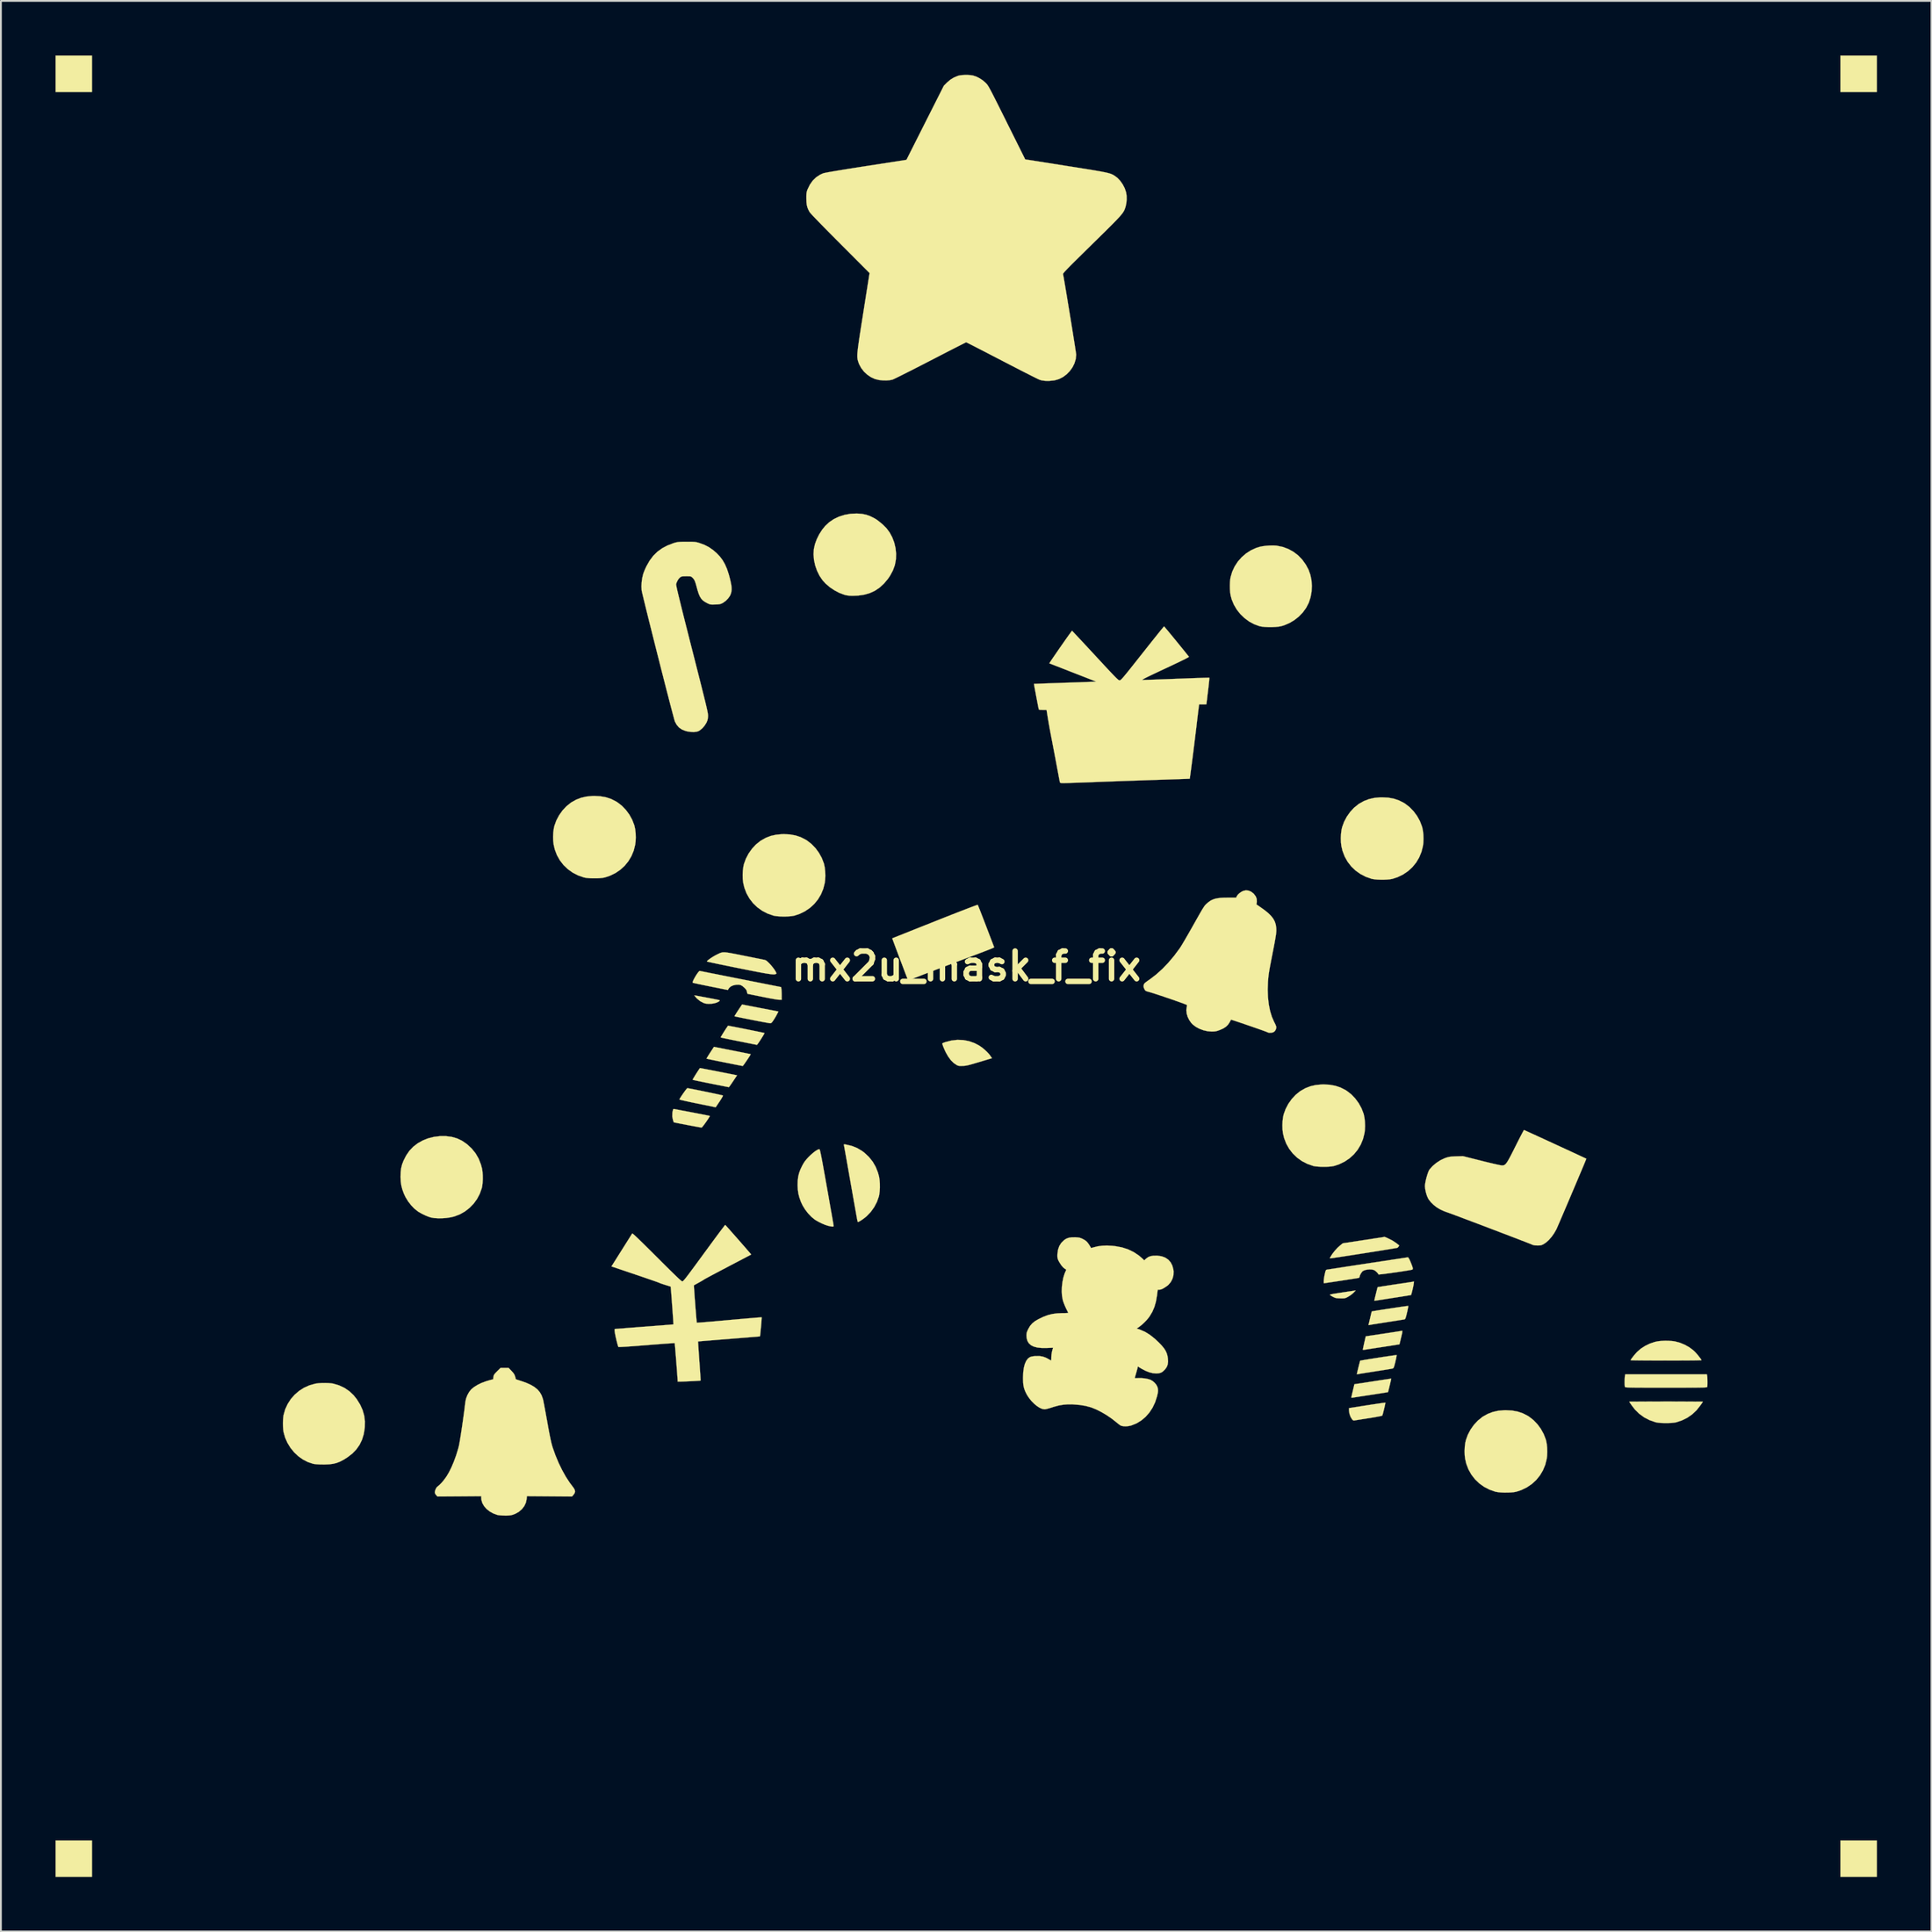
<source format=kicad_pcb>
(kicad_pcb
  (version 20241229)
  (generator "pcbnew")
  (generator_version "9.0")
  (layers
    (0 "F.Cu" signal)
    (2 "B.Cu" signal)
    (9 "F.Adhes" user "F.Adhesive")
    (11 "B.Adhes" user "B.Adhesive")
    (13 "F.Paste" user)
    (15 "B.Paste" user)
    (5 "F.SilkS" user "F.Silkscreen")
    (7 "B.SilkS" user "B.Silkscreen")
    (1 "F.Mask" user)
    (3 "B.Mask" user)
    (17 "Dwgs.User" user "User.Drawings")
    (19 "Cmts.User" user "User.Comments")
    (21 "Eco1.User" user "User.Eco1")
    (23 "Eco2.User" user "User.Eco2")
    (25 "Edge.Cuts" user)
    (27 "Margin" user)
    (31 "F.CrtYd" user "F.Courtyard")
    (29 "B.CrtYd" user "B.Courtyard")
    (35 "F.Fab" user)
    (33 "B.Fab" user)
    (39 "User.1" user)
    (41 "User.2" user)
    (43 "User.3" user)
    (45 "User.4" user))
  (footprint "mx2u_mask_f_fix"
    (layer "F.Cu")
    (at 50.022 50.022)
    (property "Reference" "mx2u_mask_f_fix" (at 0 0 0) (layer "F.SilkS") (effects (font (size 1.524 1.524) (thickness 0.3))))
    (attr through_hole)
    (fp_poly (pts (xy -48.02 -48.02) (xy -50.017 -48.02) (xy -50.017 -50.017) (xy -48.02 -50.017) (xy -48.02 -48.02)) (stroke (width 0.01) (type solid)) (fill yes) (layer "F.SilkS"))
    (fp_poly (pts (xy -48.02 50.017) (xy -50.017 50.017) (xy -50.017 48.02) (xy -48.02 48.02) (xy -48.02 50.017)) (stroke (width 0.01) (type solid)) (fill yes) (layer "F.SilkS"))
    (fp_poly (pts (xy 50.017 -48.02) (xy 48.02 -48.02) (xy 48.02 -50.017) (xy 50.017 -50.017) (xy 50.017 -48.02)) (stroke (width 0.01) (type solid)) (fill yes) (layer "F.SilkS"))
    (fp_poly (pts (xy 50.017 50.017) (xy 48.02 50.017) (xy 48.02 48.02) (xy 50.017 48.02) (xy 50.017 50.017)) (stroke (width 0.01) (type solid)) (fill yes) (layer "F.SilkS"))
    (fp_poly (pts (xy -14.906 1.606) (xy -14.839 1.617) (xy -14.738 1.635) (xy -14.611 1.659) (xy -14.465 1.686) (xy -14.308 1.715) (xy -14.149 1.745) (xy -13.994 1.775) (xy -13.852 1.802) (xy -13.73 1.826) (xy -13.636 1.845) (xy -13.578 1.858) (xy -13.576 1.858) (xy -13.538 1.879) (xy -13.549 1.91) (xy -13.608 1.951) (xy -13.705 1.998) (xy -13.833 2.037) (xy -13.985 2.061) (xy -14.142 2.068) (xy -14.288 2.057) (xy -14.404 2.028) (xy -14.406 2.027) (xy -14.61 1.922) (xy -14.781 1.784) (xy -14.832 1.73) (xy -14.885 1.667) (xy -14.921 1.621) (xy -14.931 1.603) (xy -14.906 1.606)) (stroke (width 0.01) (type solid)) (fill yes) (layer "F.SilkS"))
    (fp_poly (pts (xy 38.697 23.912) (xy 39.024 23.913) (xy 39.323 23.914) (xy 39.453 23.915) (xy 40.466 23.921) (xy 40.336 24.111) (xy 40.121 24.384) (xy 39.878 24.614) (xy 39.607 24.803) (xy 39.306 24.951) (xy 39.01 25.049) (xy 38.885 25.072) (xy 38.724 25.088) (xy 38.542 25.096) (xy 38.352 25.096) (xy 38.168 25.089) (xy 38.005 25.074) (xy 37.875 25.051) (xy 37.86 25.047) (xy 37.532 24.933) (xy 37.234 24.778) (xy 36.966 24.582) (xy 36.726 24.344) (xy 36.547 24.111) (xy 36.417 23.921) (xy 37.429 23.915) (xy 37.709 23.913) (xy 38.024 23.913) (xy 38.359 23.912) (xy 38.697 23.912)) (stroke (width 0.01) (type solid)) (fill yes) (layer "F.SilkS"))
    (fp_poly (pts (xy 21.28 17.93) (xy 21.199 18.004) (xy 21.094 18.082) (xy 20.99 18.148) (xy 20.902 18.196) (xy 20.835 18.225) (xy 20.77 18.24) (xy 20.689 18.245) (xy 20.585 18.245) (xy 20.475 18.242) (xy 20.378 18.236) (xy 20.31 18.227) (xy 20.295 18.224) (xy 20.197 18.186) (xy 20.09 18.13) (xy 20.002 18.073) (xy 20 18.072) (xy 19.988 18.062) (xy 19.98 18.054) (xy 19.981 18.046) (xy 19.995 18.037) (xy 20.024 18.028) (xy 20.072 18.016) (xy 20.144 18.003) (xy 20.244 17.986) (xy 20.374 17.965) (xy 20.539 17.94) (xy 20.742 17.909) (xy 20.988 17.872) (xy 21.279 17.829) (xy 21.306 17.825) (xy 21.394 17.811) (xy 21.28 17.93)) (stroke (width 0.01) (type solid)) (fill yes) (layer "F.SilkS"))
    (fp_poly (pts (xy -15.282 6.703) (xy -15.204 6.717) (xy -15.091 6.738) (xy -14.949 6.766) (xy -14.784 6.799) (xy -14.604 6.835) (xy -14.415 6.874) (xy -14.224 6.914) (xy -14.036 6.953) (xy -13.859 6.99) (xy -13.699 7.024) (xy -13.563 7.054) (xy -13.457 7.078) (xy -13.387 7.095) (xy -13.361 7.103) (xy -13.367 7.129) (xy -13.398 7.189) (xy -13.448 7.275) (xy -13.514 7.38) (xy -13.551 7.435) (xy -13.761 7.748) (xy -14.76 7.544) (xy -14.977 7.499) (xy -15.177 7.457) (xy -15.356 7.418) (xy -15.508 7.384) (xy -15.628 7.356) (xy -15.711 7.335) (xy -15.751 7.322) (xy -15.754 7.32) (xy -15.737 7.283) (xy -15.697 7.217) (xy -15.641 7.13) (xy -15.575 7.033) (xy -15.506 6.934) (xy -15.439 6.842) (xy -15.381 6.766) (xy -15.339 6.715) (xy -15.319 6.698) (xy -15.282 6.703)) (stroke (width 0.01) (type solid)) (fill yes) (layer "F.SilkS"))
    (fp_poly (pts (xy 23.023 23.975) (xy 23.021 24.002) (xy 23.009 24.067) (xy 22.99 24.16) (xy 22.965 24.269) (xy 22.937 24.384) (xy 22.909 24.494) (xy 22.884 24.588) (xy 22.864 24.656) (xy 22.852 24.684) (xy 22.824 24.695) (xy 22.751 24.713) (xy 22.641 24.735) (xy 22.5 24.761) (xy 22.334 24.79) (xy 22.149 24.82) (xy 22.089 24.829) (xy 21.899 24.859) (xy 21.724 24.886) (xy 21.571 24.911) (xy 21.445 24.931) (xy 21.354 24.946) (xy 21.305 24.954) (xy 21.299 24.956) (xy 21.25 24.942) (xy 21.192 24.885) (xy 21.19 24.881) (xy 21.108 24.743) (xy 21.052 24.582) (xy 21.028 24.423) (xy 21.028 24.407) (xy 21.028 24.273) (xy 22.019 24.118) (xy 22.237 24.084) (xy 22.438 24.054) (xy 22.619 24.027) (xy 22.772 24.005) (xy 22.894 23.988) (xy 22.978 23.978) (xy 23.019 23.974) (xy 23.023 23.975)) (stroke (width 0.01) (type solid)) (fill yes) (layer "F.SilkS"))
    (fp_poly (pts (xy -12.852 4.628) (xy -12.633 4.671) (xy -12.431 4.711) (xy -12.25 4.747) (xy -12.095 4.779) (xy -11.972 4.804) (xy -11.886 4.822) (xy -11.843 4.832) (xy -11.838 4.834) (xy -11.848 4.857) (xy -11.881 4.913) (xy -11.931 4.992) (xy -11.993 5.087) (xy -12.061 5.187) (xy -12.128 5.285) (xy -12.189 5.372) (xy -12.238 5.439) (xy -12.27 5.476) (xy -12.277 5.482) (xy -12.305 5.476) (xy -12.377 5.462) (xy -12.488 5.44) (xy -12.633 5.412) (xy -12.805 5.378) (xy -13 5.339) (xy -13.211 5.297) (xy -13.275 5.284) (xy -13.49 5.241) (xy -13.689 5.201) (xy -13.867 5.164) (xy -14.019 5.133) (xy -14.138 5.107) (xy -14.221 5.089) (xy -14.26 5.079) (xy -14.263 5.078) (xy -14.253 5.055) (xy -14.22 4.996) (xy -14.168 4.911) (xy -14.101 4.806) (xy -14.064 4.749) (xy -13.856 4.43) (xy -12.852 4.628)) (stroke (width 0.01) (type solid)) (fill yes) (layer "F.SilkS"))
    (fp_poly (pts (xy -12.152 2.134) (xy -12.088 2.146) (xy -11.983 2.166) (xy -11.842 2.194) (xy -11.673 2.226) (xy -11.484 2.263) (xy -11.281 2.302) (xy -11.154 2.326) (xy -10.316 2.488) (xy -10.392 2.637) (xy -10.445 2.736) (xy -10.513 2.851) (xy -10.581 2.958) (xy -10.583 2.961) (xy -10.642 3.047) (xy -10.685 3.099) (xy -10.722 3.124) (xy -10.761 3.131) (xy -10.777 3.131) (xy -10.819 3.126) (xy -10.904 3.111) (xy -11.028 3.089) (xy -11.182 3.061) (xy -11.362 3.027) (xy -11.561 2.989) (xy -11.774 2.947) (xy -11.784 2.945) (xy -11.994 2.903) (xy -12.188 2.865) (xy -12.36 2.83) (xy -12.506 2.8) (xy -12.619 2.776) (xy -12.693 2.759) (xy -12.725 2.751) (xy -12.725 2.751) (xy -12.716 2.727) (xy -12.683 2.669) (xy -12.63 2.584) (xy -12.563 2.48) (xy -12.524 2.421) (xy -12.311 2.103) (xy -12.152 2.134)) (stroke (width 0.01) (type solid)) (fill yes) (layer "F.SilkS"))
    (fp_poly (pts (xy 23.138 14.933) (xy 23.401 15.063) (xy 23.629 15.214) (xy 23.656 15.235) (xy 23.719 15.285) (xy 23.764 15.32) (xy 23.778 15.331) (xy 23.777 15.356) (xy 23.751 15.399) (xy 23.714 15.442) (xy 23.683 15.467) (xy 23.653 15.473) (xy 23.578 15.487) (xy 23.463 15.507) (xy 23.312 15.532) (xy 23.131 15.561) (xy 22.924 15.595) (xy 22.696 15.632) (xy 22.451 15.671) (xy 22.195 15.711) (xy 21.933 15.753) (xy 21.668 15.794) (xy 21.407 15.835) (xy 21.153 15.875) (xy 20.912 15.912) (xy 20.689 15.946) (xy 20.488 15.977) (xy 20.314 16.003) (xy 20.171 16.024) (xy 20.066 16.039) (xy 20.002 16.047) (xy 19.986 16.049) (xy 19.98 16.03) (xy 19.994 15.992) (xy 20.104 15.814) (xy 20.244 15.632) (xy 20.399 15.463) (xy 20.535 15.341) (xy 20.686 15.221) (xy 21.836 15.045) (xy 22.986 14.868) (xy 23.138 14.933)) (stroke (width 0.01) (type solid)) (fill yes) (layer "F.SilkS"))
    (fp_poly (pts (xy -16.027 7.846) (xy -15.988 7.854) (xy -15.905 7.87) (xy -15.784 7.893) (xy -15.631 7.923) (xy -15.452 7.956) (xy -15.254 7.994) (xy -15.041 8.034) (xy -15.028 8.037) (xy -14.818 8.077) (xy -14.623 8.114) (xy -14.451 8.148) (xy -14.305 8.177) (xy -14.191 8.2) (xy -14.116 8.216) (xy -14.085 8.224) (xy -14.084 8.224) (xy -14.092 8.249) (xy -14.124 8.306) (xy -14.175 8.386) (xy -14.238 8.48) (xy -14.307 8.579) (xy -14.377 8.675) (xy -14.44 8.76) (xy -14.492 8.824) (xy -14.525 8.858) (xy -14.532 8.862) (xy -14.566 8.858) (xy -14.643 8.846) (xy -14.756 8.826) (xy -14.9 8.8) (xy -15.067 8.769) (xy -15.251 8.735) (xy -15.316 8.722) (xy -16.061 8.579) (xy -16.105 8.453) (xy -16.144 8.259) (xy -16.138 8.048) (xy -16.122 7.961) (xy -16.104 7.886) (xy -16.086 7.85) (xy -16.059 7.841) (xy -16.027 7.846)) (stroke (width 0.01) (type solid)) (fill yes) (layer "F.SilkS"))
    (fp_poly (pts (xy -0.164 4.057) (xy 0.152 4.117) (xy 0.457 4.225) (xy 0.699 4.351) (xy 0.848 4.452) (xy 1 4.574) (xy 1.142 4.706) (xy 1.26 4.835) (xy 1.308 4.898) (xy 1.415 5.052) (xy 1.207 5.115) (xy 0.939 5.196) (xy 0.715 5.263) (xy 0.529 5.318) (xy 0.378 5.363) (xy 0.255 5.397) (xy 0.156 5.424) (xy 0.077 5.443) (xy 0.011 5.456) (xy -0.045 5.465) (xy -0.096 5.471) (xy -0.147 5.474) (xy -0.19 5.476) (xy -0.305 5.479) (xy -0.386 5.475) (xy -0.447 5.463) (xy -0.502 5.439) (xy -0.518 5.431) (xy -0.687 5.317) (xy -0.842 5.163) (xy -0.987 4.966) (xy -1.11 4.753) (xy -1.163 4.645) (xy -1.214 4.53) (xy -1.26 4.419) (xy -1.294 4.325) (xy -1.312 4.26) (xy -1.314 4.244) (xy -1.292 4.227) (xy -1.234 4.201) (xy -1.156 4.172) (xy -0.82 4.085) (xy -0.489 4.046) (xy -0.164 4.057)) (stroke (width 0.01) (type solid)) (fill yes) (layer "F.SilkS"))
    (fp_poly (pts (xy 23.341 22.679) (xy 23.327 22.742) (xy 23.307 22.833) (xy 23.281 22.942) (xy 23.253 23.059) (xy 23.226 23.172) (xy 23.201 23.272) (xy 23.181 23.348) (xy 23.17 23.39) (xy 23.168 23.395) (xy 23.142 23.4) (xy 23.072 23.412) (xy 22.963 23.43) (xy 22.82 23.453) (xy 22.65 23.479) (xy 22.458 23.509) (xy 22.249 23.541) (xy 22.239 23.542) (xy 22.026 23.575) (xy 21.826 23.605) (xy 21.645 23.633) (xy 21.489 23.657) (xy 21.365 23.677) (xy 21.278 23.69) (xy 21.236 23.697) (xy 21.181 23.702) (xy 21.155 23.693) (xy 21.154 23.691) (xy 21.16 23.659) (xy 21.175 23.588) (xy 21.198 23.487) (xy 21.227 23.365) (xy 21.239 23.315) (xy 21.323 22.961) (xy 22.332 22.806) (xy 22.551 22.772) (xy 22.754 22.741) (xy 22.935 22.714) (xy 23.09 22.691) (xy 23.213 22.673) (xy 23.298 22.66) (xy 23.341 22.655) (xy 23.345 22.655) (xy 23.341 22.679)) (stroke (width 0.01) (type solid)) (fill yes) (layer "F.SilkS"))
    (fp_poly (pts (xy 23.951 20.029) (xy 23.956 20.05) (xy 23.952 20.097) (xy 23.938 20.175) (xy 23.912 20.291) (xy 23.889 20.389) (xy 23.858 20.519) (xy 23.832 20.63) (xy 23.811 20.713) (xy 23.799 20.761) (xy 23.797 20.768) (xy 23.771 20.773) (xy 23.702 20.785) (xy 23.593 20.802) (xy 23.452 20.824) (xy 23.282 20.851) (xy 23.09 20.88) (xy 22.882 20.912) (xy 22.871 20.914) (xy 22.658 20.946) (xy 22.458 20.977) (xy 22.277 21.005) (xy 22.121 21.029) (xy 21.997 21.048) (xy 21.91 21.062) (xy 21.868 21.069) (xy 21.812 21.073) (xy 21.786 21.064) (xy 21.785 21.062) (xy 21.79 21.031) (xy 21.805 20.96) (xy 21.827 20.858) (xy 21.854 20.736) (xy 21.865 20.686) (xy 21.946 20.331) (xy 22.921 20.185) (xy 23.138 20.152) (xy 23.341 20.121) (xy 23.523 20.093) (xy 23.679 20.069) (xy 23.803 20.049) (xy 23.89 20.035) (xy 23.933 20.028) (xy 23.937 20.027) (xy 23.951 20.029)) (stroke (width 0.01) (type solid)) (fill yes) (layer "F.SilkS"))
    (fp_poly (pts (xy 24.58 17.45) (xy 24.568 17.52) (xy 24.549 17.615) (xy 24.525 17.723) (xy 24.499 17.833) (xy 24.473 17.933) (xy 24.452 18.011) (xy 24.436 18.055) (xy 24.433 18.06) (xy 24.408 18.066) (xy 24.339 18.078) (xy 24.232 18.095) (xy 24.096 18.117) (xy 23.935 18.143) (xy 23.757 18.171) (xy 23.568 18.201) (xy 23.374 18.231) (xy 23.182 18.261) (xy 22.999 18.29) (xy 22.83 18.316) (xy 22.683 18.338) (xy 22.563 18.356) (xy 22.478 18.368) (xy 22.434 18.374) (xy 22.429 18.374) (xy 22.418 18.364) (xy 22.423 18.334) (xy 22.439 18.267) (xy 22.461 18.173) (xy 22.488 18.062) (xy 22.517 17.946) (xy 22.545 17.834) (xy 22.569 17.737) (xy 22.588 17.666) (xy 22.598 17.631) (xy 22.599 17.63) (xy 22.625 17.625) (xy 22.696 17.613) (xy 22.805 17.595) (xy 22.949 17.573) (xy 23.121 17.546) (xy 23.317 17.516) (xy 23.53 17.483) (xy 23.602 17.473) (xy 24.596 17.322) (xy 24.58 17.45)) (stroke (width 0.01) (type solid)) (fill yes) (layer "F.SilkS"))
    (fp_poly (pts (xy -14.599 5.599) (xy -14.532 5.611) (xy -14.428 5.631) (xy -14.294 5.657) (xy -14.136 5.687) (xy -13.96 5.721) (xy -13.774 5.757) (xy -13.584 5.795) (xy -13.395 5.832) (xy -13.215 5.867) (xy -13.05 5.9) (xy -12.907 5.928) (xy -12.791 5.951) (xy -12.72 5.966) (xy -12.588 5.993) (xy -12.806 6.32) (xy -12.882 6.432) (xy -12.948 6.527) (xy -12.999 6.598) (xy -13.031 6.638) (xy -13.039 6.644) (xy -13.066 6.639) (xy -13.138 6.625) (xy -13.248 6.603) (xy -13.392 6.574) (xy -13.563 6.54) (xy -13.758 6.502) (xy -13.969 6.46) (xy -14.033 6.447) (xy -14.248 6.404) (xy -14.448 6.363) (xy -14.627 6.326) (xy -14.779 6.294) (xy -14.9 6.268) (xy -14.983 6.249) (xy -15.024 6.238) (xy -15.027 6.237) (xy -15.017 6.213) (xy -14.986 6.157) (xy -14.937 6.076) (xy -14.878 5.979) (xy -14.812 5.876) (xy -14.747 5.775) (xy -14.687 5.684) (xy -14.638 5.614) (xy -14.623 5.595) (xy -14.599 5.599)) (stroke (width 0.01) (type solid)) (fill yes) (layer "F.SilkS"))
    (fp_poly (pts (xy 40.7 22.512) (xy 40.707 22.586) (xy 40.712 22.686) (xy 40.715 22.8) (xy 40.715 22.914) (xy 40.712 23.014) (xy 40.706 23.085) (xy 40.7 23.111) (xy 40.694 23.118) (xy 40.679 23.124) (xy 40.652 23.129) (xy 40.61 23.134) (xy 40.549 23.138) (xy 40.468 23.141) (xy 40.362 23.143) (xy 40.229 23.146) (xy 40.066 23.147) (xy 39.87 23.149) (xy 39.637 23.149) (xy 39.364 23.15) (xy 39.049 23.15) (xy 38.688 23.151) (xy 38.441 23.151) (xy 38.051 23.151) (xy 37.708 23.15) (xy 37.409 23.15) (xy 37.152 23.149) (xy 36.934 23.148) (xy 36.75 23.147) (xy 36.599 23.145) (xy 36.477 23.142) (xy 36.381 23.14) (xy 36.308 23.136) (xy 36.255 23.132) (xy 36.219 23.127) (xy 36.196 23.121) (xy 36.185 23.115) (xy 36.182 23.111) (xy 36.174 23.064) (xy 36.169 22.981) (xy 36.167 22.875) (xy 36.168 22.76) (xy 36.171 22.649) (xy 36.177 22.556) (xy 36.183 22.512) (xy 36.198 22.418) (xy 40.684 22.418) (xy 40.7 22.512)) (stroke (width 0.01) (type solid)) (fill yes) (layer "F.SilkS"))
    (fp_poly (pts (xy 24.28 18.661) (xy 24.28 18.69) (xy 24.269 18.758) (xy 24.25 18.858) (xy 24.223 18.979) (xy 24.211 19.031) (xy 24.177 19.173) (xy 24.149 19.273) (xy 24.127 19.338) (xy 24.107 19.376) (xy 24.086 19.394) (xy 24.075 19.398) (xy 24.038 19.405) (xy 23.958 19.418) (xy 23.84 19.437) (xy 23.69 19.461) (xy 23.514 19.489) (xy 23.318 19.519) (xy 23.125 19.549) (xy 22.916 19.582) (xy 22.72 19.613) (xy 22.544 19.641) (xy 22.394 19.664) (xy 22.276 19.683) (xy 22.196 19.697) (xy 22.162 19.703) (xy 22.095 19.716) (xy 22.184 19.342) (xy 22.215 19.212) (xy 22.241 19.101) (xy 22.261 19.018) (xy 22.273 18.971) (xy 22.276 18.964) (xy 22.302 18.957) (xy 22.372 18.944) (xy 22.478 18.927) (xy 22.615 18.904) (xy 22.776 18.879) (xy 22.955 18.851) (xy 23.144 18.822) (xy 23.338 18.793) (xy 23.53 18.764) (xy 23.714 18.737) (xy 23.882 18.712) (xy 24.029 18.691) (xy 24.148 18.675) (xy 24.232 18.665) (xy 24.276 18.66) (xy 24.28 18.661)) (stroke (width 0.01) (type solid)) (fill yes) (layer "F.SilkS"))
    (fp_poly (pts (xy -13.057 3.272) (xy -12.989 3.285) (xy -12.884 3.304) (xy -12.749 3.33) (xy -12.589 3.361) (xy -12.413 3.396) (xy -12.225 3.433) (xy -12.032 3.472) (xy -11.841 3.511) (xy -11.658 3.548) (xy -11.49 3.582) (xy -11.342 3.613) (xy -11.221 3.638) (xy -11.134 3.657) (xy -11.087 3.669) (xy -11.081 3.671) (xy -11.089 3.696) (xy -11.119 3.753) (xy -11.167 3.834) (xy -11.226 3.93) (xy -11.291 4.032) (xy -11.355 4.13) (xy -11.414 4.216) (xy -11.461 4.281) (xy -11.49 4.316) (xy -11.496 4.319) (xy -11.523 4.314) (xy -11.595 4.3) (xy -11.706 4.278) (xy -11.85 4.249) (xy -12.021 4.215) (xy -12.216 4.176) (xy -12.428 4.134) (xy -12.491 4.122) (xy -12.707 4.078) (xy -12.907 4.038) (xy -13.085 4.001) (xy -13.238 3.969) (xy -13.358 3.943) (xy -13.441 3.924) (xy -13.482 3.913) (xy -13.485 3.912) (xy -13.476 3.888) (xy -13.444 3.831) (xy -13.396 3.75) (xy -13.336 3.653) (xy -13.27 3.549) (xy -13.204 3.447) (xy -13.143 3.356) (xy -13.092 3.284) (xy -13.082 3.269) (xy -13.057 3.272)) (stroke (width 0.01) (type solid)) (fill yes) (layer "F.SilkS"))
    (fp_poly (pts (xy 23.643 21.36) (xy 23.642 21.388) (xy 23.631 21.456) (xy 23.611 21.555) (xy 23.584 21.675) (xy 23.572 21.725) (xy 23.538 21.865) (xy 23.511 21.963) (xy 23.489 22.027) (xy 23.469 22.066) (xy 23.447 22.087) (xy 23.427 22.096) (xy 23.388 22.104) (xy 23.306 22.119) (xy 23.185 22.14) (xy 23.033 22.165) (xy 22.856 22.193) (xy 22.659 22.224) (xy 22.468 22.254) (xy 22.259 22.287) (xy 22.064 22.317) (xy 21.889 22.344) (xy 21.741 22.368) (xy 21.625 22.387) (xy 21.547 22.4) (xy 21.514 22.406) (xy 21.47 22.412) (xy 21.457 22.408) (xy 21.463 22.376) (xy 21.479 22.307) (xy 21.501 22.212) (xy 21.528 22.1) (xy 21.557 21.983) (xy 21.585 21.871) (xy 21.61 21.775) (xy 21.629 21.705) (xy 21.639 21.672) (xy 21.64 21.671) (xy 21.667 21.663) (xy 21.738 21.65) (xy 21.846 21.631) (xy 21.984 21.608) (xy 22.146 21.581) (xy 22.324 21.553) (xy 22.514 21.523) (xy 22.708 21.493) (xy 22.9 21.463) (xy 23.083 21.436) (xy 23.25 21.411) (xy 23.396 21.39) (xy 23.514 21.373) (xy 23.597 21.363) (xy 23.639 21.359) (xy 23.643 21.36)) (stroke (width 0.01) (type solid)) (fill yes) (layer "F.SilkS"))
    (fp_poly (pts (xy -6.661 9.787) (xy -6.619 9.793) (xy -6.294 9.868) (xy -5.995 9.986) (xy -5.721 10.148) (xy -5.598 10.241) (xy -5.346 10.476) (xy -5.137 10.737) (xy -4.971 11.024) (xy -4.847 11.34) (xy -4.787 11.563) (xy -4.759 11.741) (xy -4.744 11.945) (xy -4.742 12.159) (xy -4.754 12.367) (xy -4.778 12.553) (xy -4.799 12.648) (xy -4.905 12.949) (xy -5.055 13.234) (xy -5.243 13.496) (xy -5.463 13.726) (xy -5.555 13.804) (xy -5.658 13.882) (xy -5.759 13.952) (xy -5.849 14.007) (xy -5.917 14.043) (xy -5.949 14.052) (xy -5.96 14.03) (xy -5.976 13.972) (xy -5.988 13.919) (xy -5.996 13.874) (xy -6.013 13.782) (xy -6.037 13.65) (xy -6.067 13.479) (xy -6.103 13.276) (xy -6.145 13.043) (xy -6.191 12.785) (xy -6.24 12.506) (xy -6.292 12.21) (xy -6.347 11.902) (xy -6.357 11.841) (xy -6.412 11.533) (xy -6.464 11.238) (xy -6.513 10.961) (xy -6.558 10.705) (xy -6.599 10.474) (xy -6.635 10.273) (xy -6.665 10.105) (xy -6.689 9.974) (xy -6.706 9.884) (xy -6.714 9.839) (xy -6.715 9.835) (xy -6.721 9.799) (xy -6.707 9.784) (xy -6.661 9.787)) (stroke (width 0.01) (type solid)) (fill yes) (layer "F.SilkS"))
    (fp_poly (pts (xy 38.583 20.576) (xy 38.728 20.585) (xy 38.857 20.598) (xy 38.927 20.609) (xy 39.199 20.681) (xy 39.466 20.791) (xy 39.715 20.931) (xy 39.935 21.095) (xy 40.03 21.184) (xy 40.099 21.259) (xy 40.174 21.346) (xy 40.247 21.437) (xy 40.312 21.521) (xy 40.361 21.59) (xy 40.385 21.634) (xy 40.387 21.641) (xy 40.362 21.644) (xy 40.291 21.646) (xy 40.177 21.649) (xy 40.024 21.652) (xy 39.836 21.654) (xy 39.616 21.656) (xy 39.369 21.657) (xy 39.099 21.658) (xy 38.809 21.659) (xy 38.503 21.659) (xy 38.441 21.66) (xy 38.133 21.659) (xy 37.839 21.659) (xy 37.564 21.657) (xy 37.312 21.656) (xy 37.087 21.654) (xy 36.893 21.652) (xy 36.732 21.65) (xy 36.61 21.647) (xy 36.53 21.644) (xy 36.496 21.641) (xy 36.495 21.641) (xy 36.511 21.607) (xy 36.553 21.545) (xy 36.614 21.465) (xy 36.685 21.375) (xy 36.761 21.285) (xy 36.832 21.206) (xy 36.853 21.184) (xy 37.053 21.01) (xy 37.289 20.857) (xy 37.549 20.731) (xy 37.82 20.64) (xy 37.955 20.609) (xy 38.06 20.594) (xy 38.196 20.582) (xy 38.342 20.574) (xy 38.441 20.573) (xy 38.583 20.576)) (stroke (width 0.01) (type solid)) (fill yes) (layer "F.SilkS"))
    (fp_poly (pts (xy -20.088 -9.333) (xy -19.784 -9.279) (xy -19.502 -9.185) (xy -19.236 -9.05) (xy -19.155 -8.999) (xy -18.912 -8.811) (xy -18.693 -8.584) (xy -18.503 -8.326) (xy -18.348 -8.045) (xy -18.234 -7.75) (xy -18.222 -7.708) (xy -18.182 -7.52) (xy -18.158 -7.301) (xy -18.151 -7.07) (xy -18.161 -6.845) (xy -18.182 -6.677) (xy -18.263 -6.351) (xy -18.389 -6.047) (xy -18.556 -5.768) (xy -18.76 -5.517) (xy -19 -5.298) (xy -19.271 -5.114) (xy -19.572 -4.968) (xy -19.852 -4.875) (xy -19.978 -4.852) (xy -20.138 -4.836) (xy -20.32 -4.828) (xy -20.51 -4.828) (xy -20.694 -4.835) (xy -20.858 -4.85) (xy -20.987 -4.873) (xy -21.002 -4.877) (xy -21.325 -4.99) (xy -21.621 -5.144) (xy -21.887 -5.335) (xy -22.121 -5.56) (xy -22.319 -5.816) (xy -22.479 -6.1) (xy -22.597 -6.408) (xy -22.66 -6.677) (xy -22.685 -6.884) (xy -22.691 -7.111) (xy -22.681 -7.341) (xy -22.654 -7.556) (xy -22.62 -7.708) (xy -22.513 -8.005) (xy -22.363 -8.288) (xy -22.178 -8.55) (xy -21.962 -8.782) (xy -21.723 -8.975) (xy -21.688 -8.999) (xy -21.425 -9.147) (xy -21.15 -9.253) (xy -20.854 -9.32) (xy -20.53 -9.349) (xy -20.421 -9.351) (xy -20.088 -9.333)) (stroke (width 0.01) (type solid)) (fill yes) (layer "F.SilkS"))
    (fp_poly (pts (xy -9.675 -7.236) (xy -9.371 -7.181) (xy -9.089 -7.087) (xy -8.824 -6.953) (xy -8.742 -6.901) (xy -8.499 -6.713) (xy -8.28 -6.486) (xy -8.09 -6.228) (xy -7.935 -5.948) (xy -7.821 -5.653) (xy -7.809 -5.611) (xy -7.77 -5.422) (xy -7.746 -5.203) (xy -7.738 -4.972) (xy -7.748 -4.747) (xy -7.769 -4.579) (xy -7.851 -4.253) (xy -7.976 -3.949) (xy -8.143 -3.67) (xy -8.347 -3.42) (xy -8.587 -3.201) (xy -8.858 -3.017) (xy -9.159 -2.87) (xy -9.44 -2.777) (xy -9.565 -2.754) (xy -9.725 -2.738) (xy -9.908 -2.73) (xy -10.098 -2.73) (xy -10.281 -2.737) (xy -10.445 -2.752) (xy -10.574 -2.775) (xy -10.59 -2.779) (xy -10.912 -2.892) (xy -11.208 -3.046) (xy -11.474 -3.237) (xy -11.708 -3.462) (xy -11.906 -3.719) (xy -12.066 -4.002) (xy -12.184 -4.311) (xy -12.248 -4.579) (xy -12.272 -4.786) (xy -12.278 -5.013) (xy -12.268 -5.244) (xy -12.241 -5.458) (xy -12.208 -5.611) (xy -12.1 -5.907) (xy -11.951 -6.19) (xy -11.765 -6.452) (xy -11.55 -6.684) (xy -11.31 -6.878) (xy -11.275 -6.901) (xy -11.013 -7.049) (xy -10.737 -7.156) (xy -10.441 -7.222) (xy -10.117 -7.252) (xy -10.008 -7.254) (xy -9.675 -7.236)) (stroke (width 0.01) (type solid)) (fill yes) (layer "F.SilkS"))
    (fp_poly (pts (xy -5.965 -24.863) (xy -5.715 -24.843) (xy -5.495 -24.798) (xy -5.286 -24.725) (xy -5.083 -24.626) (xy -5.009 -24.584) (xy -4.942 -24.543) (xy -4.874 -24.495) (xy -4.794 -24.434) (xy -4.693 -24.352) (xy -4.586 -24.263) (xy -4.379 -24.057) (xy -4.203 -23.818) (xy -4.06 -23.55) (xy -3.952 -23.263) (xy -3.882 -22.962) (xy -3.851 -22.656) (xy -3.861 -22.35) (xy -3.915 -22.051) (xy -3.921 -22.029) (xy -4.027 -21.738) (xy -4.182 -21.45) (xy -4.3 -21.277) (xy -4.518 -21.017) (xy -4.752 -20.801) (xy -5.006 -20.629) (xy -5.282 -20.5) (xy -5.585 -20.41) (xy -5.917 -20.36) (xy -6.243 -20.347) (xy -6.408 -20.352) (xy -6.545 -20.368) (xy -6.673 -20.397) (xy -6.698 -20.405) (xy -6.971 -20.507) (xy -7.241 -20.649) (xy -7.496 -20.821) (xy -7.722 -21.016) (xy -7.889 -21.199) (xy -8.057 -21.446) (xy -8.193 -21.723) (xy -8.296 -22.018) (xy -8.361 -22.321) (xy -8.385 -22.623) (xy -8.368 -22.909) (xy -8.309 -23.177) (xy -8.208 -23.453) (xy -8.073 -23.725) (xy -7.907 -23.982) (xy -7.746 -24.181) (xy -7.527 -24.385) (xy -7.274 -24.557) (xy -6.992 -24.692) (xy -6.687 -24.79) (xy -6.363 -24.848) (xy -6.027 -24.865) (xy -5.965 -24.863)) (stroke (width 0.01) (type solid)) (fill yes) (layer "F.SilkS"))
    (fp_poly (pts (xy 17.016 -23.103) (xy 17.053 -23.099) (xy 17.383 -23.031) (xy 17.691 -22.918) (xy 17.975 -22.762) (xy 18.232 -22.566) (xy 18.459 -22.33) (xy 18.655 -22.056) (xy 18.805 -21.774) (xy 18.904 -21.498) (xy 18.965 -21.199) (xy 18.987 -20.887) (xy 18.97 -20.572) (xy 18.914 -20.264) (xy 18.819 -19.973) (xy 18.811 -19.954) (xy 18.671 -19.683) (xy 18.488 -19.432) (xy 18.269 -19.205) (xy 18.02 -19.008) (xy 17.746 -18.846) (xy 17.455 -18.723) (xy 17.302 -18.678) (xy 17.163 -18.652) (xy 16.991 -18.635) (xy 16.799 -18.626) (xy 16.602 -18.626) (xy 16.412 -18.634) (xy 16.246 -18.651) (xy 16.119 -18.675) (xy 15.824 -18.781) (xy 15.546 -18.93) (xy 15.29 -19.118) (xy 15.06 -19.339) (xy 14.862 -19.589) (xy 14.701 -19.863) (xy 14.581 -20.154) (xy 14.522 -20.376) (xy 14.499 -20.532) (xy 14.486 -20.718) (xy 14.483 -20.916) (xy 14.49 -21.11) (xy 14.507 -21.281) (xy 14.52 -21.357) (xy 14.61 -21.664) (xy 14.744 -21.954) (xy 14.918 -22.221) (xy 15.128 -22.461) (xy 15.369 -22.67) (xy 15.637 -22.843) (xy 15.927 -22.975) (xy 16.122 -23.036) (xy 16.28 -23.068) (xy 16.466 -23.092) (xy 16.663 -23.107) (xy 16.852 -23.111) (xy 17.016 -23.103)) (stroke (width 0.01) (type solid)) (fill yes) (layer "F.SilkS"))
    (fp_poly (pts (xy 19.971 6.513) (xy 20.275 6.568) (xy 20.557 6.662) (xy 20.822 6.796) (xy 20.904 6.848) (xy 21.147 7.035) (xy 21.366 7.263) (xy 21.556 7.521) (xy 21.711 7.801) (xy 21.825 8.096) (xy 21.837 8.138) (xy 21.876 8.327) (xy 21.9 8.546) (xy 21.908 8.777) (xy 21.898 9.002) (xy 21.877 9.169) (xy 21.795 9.495) (xy 21.67 9.8) (xy 21.503 10.079) (xy 21.299 10.329) (xy 21.059 10.548) (xy 20.788 10.732) (xy 20.487 10.878) (xy 20.206 10.971) (xy 20.081 10.995) (xy 19.921 11.011) (xy 19.738 11.019) (xy 19.548 11.019) (xy 19.365 11.011) (xy 19.201 10.996) (xy 19.072 10.974) (xy 19.056 10.97) (xy 18.734 10.857) (xy 18.438 10.703) (xy 18.172 10.512) (xy 17.938 10.286) (xy 17.74 10.03) (xy 17.58 9.746) (xy 17.462 9.438) (xy 17.398 9.169) (xy 17.374 8.963) (xy 17.368 8.735) (xy 17.378 8.505) (xy 17.405 8.29) (xy 17.438 8.138) (xy 17.546 7.842) (xy 17.695 7.559) (xy 17.881 7.297) (xy 18.096 7.065) (xy 18.336 6.871) (xy 18.371 6.848) (xy 18.633 6.7) (xy 18.909 6.593) (xy 19.205 6.526) (xy 19.528 6.497) (xy 19.638 6.495) (xy 19.971 6.513)) (stroke (width 0.01) (type solid)) (fill yes) (layer "F.SilkS"))
    (fp_poly (pts (xy 23.181 -9.258) (xy 23.485 -9.203) (xy 23.766 -9.109) (xy 24.032 -8.975) (xy 24.114 -8.923) (xy 24.356 -8.735) (xy 24.576 -8.508) (xy 24.766 -8.25) (xy 24.921 -7.97) (xy 25.034 -7.675) (xy 25.047 -7.633) (xy 25.086 -7.444) (xy 25.11 -7.225) (xy 25.117 -6.994) (xy 25.108 -6.769) (xy 25.087 -6.601) (xy 25.005 -6.275) (xy 24.879 -5.971) (xy 24.713 -5.692) (xy 24.508 -5.442) (xy 24.269 -5.223) (xy 23.997 -5.038) (xy 23.697 -4.892) (xy 23.416 -4.799) (xy 23.291 -4.776) (xy 23.13 -4.76) (xy 22.948 -4.752) (xy 22.758 -4.752) (xy 22.575 -4.759) (xy 22.411 -4.774) (xy 22.281 -4.797) (xy 22.266 -4.801) (xy 21.944 -4.914) (xy 21.648 -5.068) (xy 21.381 -5.259) (xy 21.147 -5.484) (xy 20.949 -5.74) (xy 20.79 -6.024) (xy 20.672 -6.332) (xy 20.608 -6.601) (xy 20.584 -6.808) (xy 20.577 -7.035) (xy 20.588 -7.266) (xy 20.615 -7.48) (xy 20.648 -7.633) (xy 20.756 -7.929) (xy 20.905 -8.212) (xy 21.091 -8.474) (xy 21.306 -8.706) (xy 21.546 -8.9) (xy 21.581 -8.923) (xy 21.843 -9.071) (xy 22.119 -9.177) (xy 22.415 -9.244) (xy 22.738 -9.274) (xy 22.847 -9.275) (xy 23.181 -9.258)) (stroke (width 0.01) (type solid)) (fill yes) (layer "F.SilkS"))
    (fp_poly (pts (xy 29.98 24.407) (xy 30.284 24.462) (xy 30.565 24.555) (xy 30.831 24.69) (xy 30.913 24.741) (xy 31.155 24.929) (xy 31.374 25.156) (xy 31.564 25.414) (xy 31.719 25.695) (xy 31.833 25.99) (xy 31.845 26.032) (xy 31.885 26.221) (xy 31.909 26.439) (xy 31.916 26.67) (xy 31.907 26.896) (xy 31.885 27.063) (xy 31.804 27.389) (xy 31.678 27.693) (xy 31.511 27.972) (xy 31.307 28.223) (xy 31.067 28.442) (xy 30.796 28.626) (xy 30.496 28.772) (xy 30.215 28.865) (xy 30.09 28.889) (xy 29.929 28.904) (xy 29.747 28.912) (xy 29.557 28.913) (xy 29.373 28.905) (xy 29.21 28.89) (xy 29.08 28.867) (xy 29.065 28.864) (xy 28.742 28.75) (xy 28.446 28.597) (xy 28.18 28.406) (xy 27.946 28.18) (xy 27.748 27.924) (xy 27.588 27.64) (xy 27.47 27.332) (xy 27.407 27.063) (xy 27.382 26.857) (xy 27.376 26.629) (xy 27.386 26.399) (xy 27.413 26.184) (xy 27.447 26.032) (xy 27.554 25.735) (xy 27.704 25.452) (xy 27.889 25.191) (xy 28.105 24.959) (xy 28.344 24.765) (xy 28.379 24.741) (xy 28.642 24.593) (xy 28.917 24.487) (xy 29.213 24.42) (xy 29.537 24.391) (xy 29.646 24.389) (xy 29.98 24.407)) (stroke (width 0.01) (type solid)) (fill yes) (layer "F.SilkS"))
    (fp_poly (pts (xy -35.032 22.898) (xy -34.871 22.912) (xy -34.76 22.93) (xy -34.444 23.025) (xy -34.151 23.163) (xy -33.886 23.343) (xy -33.651 23.564) (xy -33.476 23.782) (xy -33.292 24.078) (xy -33.157 24.376) (xy -33.07 24.678) (xy -33.029 24.991) (xy -33.034 25.318) (xy -33.038 25.362) (xy -33.092 25.701) (xy -33.187 26.01) (xy -33.323 26.29) (xy -33.502 26.544) (xy -33.723 26.772) (xy -33.987 26.975) (xy -34.199 27.109) (xy -34.392 27.21) (xy -34.579 27.283) (xy -34.772 27.332) (xy -34.984 27.359) (xy -35.229 27.369) (xy -35.318 27.369) (xy -35.508 27.366) (xy -35.671 27.357) (xy -35.799 27.345) (xy -35.868 27.332) (xy -36.158 27.237) (xy -36.431 27.097) (xy -36.685 26.917) (xy -36.914 26.701) (xy -37.114 26.456) (xy -37.281 26.185) (xy -37.41 25.893) (xy -37.494 25.597) (xy -37.515 25.459) (xy -37.527 25.288) (xy -37.53 25.102) (xy -37.525 24.917) (xy -37.511 24.753) (xy -37.495 24.649) (xy -37.404 24.336) (xy -37.269 24.043) (xy -37.095 23.775) (xy -36.884 23.535) (xy -36.642 23.327) (xy -36.371 23.154) (xy -36.077 23.022) (xy -35.762 22.933) (xy -35.714 22.924) (xy -35.57 22.905) (xy -35.398 22.895) (xy -35.213 22.893) (xy -35.032 22.898)) (stroke (width 0.01) (type solid)) (fill yes) (layer "F.SilkS"))
    (fp_poly (pts (xy -28.258 9.375) (xy -27.966 9.459) (xy -27.692 9.589) (xy -27.432 9.768) (xy -27.409 9.786) (xy -27.157 10.022) (xy -26.948 10.282) (xy -26.782 10.569) (xy -26.658 10.885) (xy -26.598 11.108) (xy -26.57 11.286) (xy -26.555 11.49) (xy -26.553 11.704) (xy -26.565 11.913) (xy -26.589 12.098) (xy -26.61 12.193) (xy -26.718 12.499) (xy -26.869 12.785) (xy -27.059 13.046) (xy -27.284 13.277) (xy -27.539 13.474) (xy -27.819 13.632) (xy -28.118 13.746) (xy -28.321 13.794) (xy -28.548 13.828) (xy -28.783 13.846) (xy -29.015 13.847) (xy -29.227 13.833) (xy -29.406 13.801) (xy -29.41 13.8) (xy -29.559 13.751) (xy -29.729 13.68) (xy -29.903 13.595) (xy -30.062 13.505) (xy -30.122 13.467) (xy -30.309 13.317) (xy -30.49 13.129) (xy -30.655 12.916) (xy -30.795 12.688) (xy -30.891 12.485) (xy -30.974 12.255) (xy -31.028 12.043) (xy -31.059 11.828) (xy -31.071 11.589) (xy -31.071 11.55) (xy -31.063 11.307) (xy -31.036 11.09) (xy -30.985 10.887) (xy -30.906 10.682) (xy -30.795 10.462) (xy -30.749 10.379) (xy -30.579 10.132) (xy -30.371 9.915) (xy -30.128 9.728) (xy -29.856 9.575) (xy -29.559 9.456) (xy -29.242 9.376) (xy -28.907 9.334) (xy -28.573 9.334) (xy -28.258 9.375)) (stroke (width 0.01) (type solid)) (fill yes) (layer "F.SilkS"))
    (fp_poly (pts (xy -8.061 10.053) (xy -8.052 10.068) (xy -8.041 10.096) (xy -8.027 10.14) (xy -8.012 10.204) (xy -7.993 10.291) (xy -7.97 10.404) (xy -7.942 10.545) (xy -7.909 10.718) (xy -7.871 10.926) (xy -7.827 11.172) (xy -7.775 11.459) (xy -7.716 11.79) (xy -7.653 12.144) (xy -7.596 12.463) (xy -7.542 12.768) (xy -7.492 13.056) (xy -7.445 13.322) (xy -7.402 13.562) (xy -7.365 13.774) (xy -7.334 13.954) (xy -7.309 14.097) (xy -7.291 14.2) (xy -7.282 14.26) (xy -7.28 14.273) (xy -7.301 14.298) (xy -7.368 14.301) (xy -7.48 14.283) (xy -7.599 14.255) (xy -7.748 14.206) (xy -7.918 14.135) (xy -8.092 14.05) (xy -8.251 13.96) (xy -8.311 13.922) (xy -8.498 13.772) (xy -8.678 13.584) (xy -8.844 13.371) (xy -8.984 13.143) (xy -9.08 12.94) (xy -9.162 12.71) (xy -9.217 12.498) (xy -9.248 12.283) (xy -9.26 12.044) (xy -9.26 12.005) (xy -9.253 11.77) (xy -9.228 11.562) (xy -9.181 11.365) (xy -9.108 11.168) (xy -9.006 10.955) (xy -8.937 10.83) (xy -8.863 10.717) (xy -8.764 10.595) (xy -8.649 10.471) (xy -8.525 10.351) (xy -8.399 10.243) (xy -8.28 10.152) (xy -8.174 10.087) (xy -8.089 10.053) (xy -8.07 10.05) (xy -8.061 10.053)) (stroke (width 0.01) (type solid)) (fill yes) (layer "F.SilkS"))
    (fp_poly (pts (xy -13.214 -0.759) (xy -13.107 -0.746) (xy -12.975 -0.725) (xy -12.813 -0.695) (xy -12.615 -0.657) (xy -12.377 -0.609) (xy -12.182 -0.57) (xy -11.952 -0.524) (xy -11.736 -0.481) (xy -11.54 -0.441) (xy -11.368 -0.407) (xy -11.227 -0.378) (xy -11.121 -0.356) (xy -11.055 -0.342) (xy -11.037 -0.337) (xy -10.978 -0.305) (xy -10.899 -0.238) (xy -10.807 -0.148) (xy -10.711 -0.041) (xy -10.618 0.073) (xy -10.536 0.184) (xy -10.473 0.286) (xy -10.462 0.305) (xy -10.433 0.366) (xy -10.426 0.399) (xy -10.442 0.418) (xy -10.462 0.429) (xy -10.49 0.44) (xy -10.529 0.447) (xy -10.582 0.449) (xy -10.651 0.446) (xy -10.741 0.437) (xy -10.854 0.421) (xy -10.994 0.399) (xy -11.165 0.369) (xy -11.368 0.331) (xy -11.609 0.285) (xy -11.89 0.23) (xy -12.214 0.165) (xy -12.515 0.105) (xy -12.802 0.047) (xy -13.074 -0.009) (xy -13.327 -0.061) (xy -13.558 -0.108) (xy -13.762 -0.151) (xy -13.936 -0.188) (xy -14.074 -0.218) (xy -14.174 -0.24) (xy -14.23 -0.253) (xy -14.242 -0.257) (xy -14.233 -0.281) (xy -14.189 -0.324) (xy -14.117 -0.38) (xy -14.026 -0.445) (xy -13.924 -0.511) (xy -13.819 -0.574) (xy -13.719 -0.627) (xy -13.711 -0.631) (xy -13.63 -0.671) (xy -13.561 -0.704) (xy -13.499 -0.73) (xy -13.439 -0.749) (xy -13.375 -0.76) (xy -13.302 -0.764) (xy -13.214 -0.759)) (stroke (width 0.01) (type solid)) (fill yes) (layer "F.SilkS"))
    (fp_poly (pts (xy -14.635 0.259) (xy -14.605 0.266) (xy -14.529 0.281) (xy -14.41 0.305) (xy -14.253 0.336) (xy -14.06 0.375) (xy -13.836 0.419) (xy -13.584 0.469) (xy -13.308 0.524) (xy -13.01 0.583) (xy -12.695 0.646) (xy -12.381 0.708) (xy -10.166 1.147) (xy -10.15 1.259) (xy -10.143 1.337) (xy -10.138 1.445) (xy -10.135 1.566) (xy -10.135 1.608) (xy -10.135 1.845) (xy -10.28 1.842) (xy -10.341 1.837) (xy -10.444 1.822) (xy -10.581 1.799) (xy -10.746 1.77) (xy -10.931 1.735) (xy -11.127 1.696) (xy -11.209 1.679) (xy -11.401 1.64) (xy -11.577 1.604) (xy -11.731 1.573) (xy -11.857 1.547) (xy -11.948 1.529) (xy -11.999 1.519) (xy -12.008 1.518) (xy -12.021 1.494) (xy -12.036 1.438) (xy -12.041 1.409) (xy -12.058 1.342) (xy -12.093 1.281) (xy -12.154 1.211) (xy -12.197 1.17) (xy -12.3 1.083) (xy -12.395 1.033) (xy -12.499 1.013) (xy -12.63 1.018) (xy -12.654 1.021) (xy -12.807 1.055) (xy -12.935 1.115) (xy -13.025 1.197) (xy -13.043 1.223) (xy -13.092 1.307) (xy -14.05 1.115) (xy -14.264 1.071) (xy -14.461 1.031) (xy -14.638 0.994) (xy -14.788 0.962) (xy -14.905 0.936) (xy -14.986 0.918) (xy -15.023 0.907) (xy -15.025 0.906) (xy -15.026 0.872) (xy -15.003 0.806) (xy -14.962 0.718) (xy -14.907 0.618) (xy -14.846 0.515) (xy -14.782 0.418) (xy -14.723 0.337) (xy -14.673 0.281) (xy -14.639 0.259) (xy -14.635 0.259)) (stroke (width 0.01) (type solid)) (fill yes) (layer "F.SilkS"))
    (fp_poly (pts (xy 24.31 16.045) (xy 24.339 16.095) (xy 24.379 16.179) (xy 24.423 16.283) (xy 24.466 16.392) (xy 24.503 16.493) (xy 24.527 16.571) (xy 24.53 16.582) (xy 24.531 16.638) (xy 24.5 16.665) (xy 24.455 16.677) (xy 24.369 16.694) (xy 24.25 16.714) (xy 24.104 16.738) (xy 23.938 16.764) (xy 23.759 16.791) (xy 23.573 16.818) (xy 23.387 16.844) (xy 23.208 16.869) (xy 23.043 16.891) (xy 22.898 16.909) (xy 22.781 16.922) (xy 22.697 16.93) (xy 22.653 16.932) (xy 22.649 16.93) (xy 22.615 16.875) (xy 22.555 16.808) (xy 22.483 16.744) (xy 22.416 16.697) (xy 22.4 16.689) (xy 22.291 16.661) (xy 22.161 16.654) (xy 22.025 16.665) (xy 21.9 16.693) (xy 21.8 16.736) (xy 21.768 16.761) (xy 21.708 16.832) (xy 21.655 16.92) (xy 21.619 17.006) (xy 21.609 17.058) (xy 21.587 17.106) (xy 21.552 17.123) (xy 21.518 17.129) (xy 21.441 17.141) (xy 21.329 17.159) (xy 21.188 17.181) (xy 21.024 17.206) (xy 20.845 17.234) (xy 20.657 17.263) (xy 20.467 17.292) (xy 20.282 17.32) (xy 20.109 17.346) (xy 19.953 17.369) (xy 19.823 17.389) (xy 19.725 17.403) (xy 19.665 17.412) (xy 19.649 17.414) (xy 19.642 17.391) (xy 19.638 17.334) (xy 19.638 17.301) (xy 19.643 17.226) (xy 19.657 17.12) (xy 19.678 17) (xy 19.691 16.936) (xy 19.718 16.819) (xy 19.739 16.743) (xy 19.76 16.699) (xy 19.783 16.677) (xy 19.799 16.672) (xy 19.831 16.666) (xy 19.91 16.654) (xy 20.031 16.635) (xy 20.192 16.61) (xy 20.388 16.58) (xy 20.615 16.545) (xy 20.87 16.505) (xy 21.149 16.463) (xy 21.449 16.417) (xy 21.766 16.369) (xy 22.06 16.324) (xy 24.268 15.989) (xy 24.31 16.045)) (stroke (width 0.01) (type solid)) (fill yes) (layer "F.SilkS"))
    (fp_poly (pts (xy 0.645 -3.343) (xy 0.674 -3.273) (xy 0.717 -3.166) (xy 0.773 -3.025) (xy 0.839 -2.855) (xy 0.914 -2.662) (xy 0.996 -2.45) (xy 1.083 -2.224) (xy 1.169 -1.997) (xy 1.251 -1.784) (xy 1.325 -1.589) (xy 1.391 -1.418) (xy 1.446 -1.275) (xy 1.488 -1.164) (xy 1.516 -1.092) (xy 1.527 -1.061) (xy 1.531 -1.055) (xy 1.535 -1.049) (xy 1.535 -1.043) (xy 1.53 -1.035) (xy 1.517 -1.025) (xy 1.492 -1.012) (xy 1.453 -0.994) (xy 1.398 -0.97) (xy 1.323 -0.94) (xy 1.225 -0.902) (xy 1.103 -0.854) (xy 0.953 -0.797) (xy 0.772 -0.728) (xy 0.559 -0.647) (xy 0.309 -0.553) (xy 0.02 -0.444) (xy -0.31 -0.32) (xy -0.684 -0.179) (xy -0.72 -0.165) (xy -1.023 -0.051) (xy -1.318 0.061) (xy -1.6 0.168) (xy -1.866 0.27) (xy -2.111 0.363) (xy -2.331 0.448) (xy -2.521 0.522) (xy -2.678 0.583) (xy -2.797 0.63) (xy -2.873 0.661) (xy -2.885 0.666) (xy -2.992 0.712) (xy -3.082 0.75) (xy -3.144 0.775) (xy -3.17 0.783) (xy -3.191 0.763) (xy -3.21 0.727) (xy -3.228 0.683) (xy -3.26 0.601) (xy -3.305 0.485) (xy -3.36 0.341) (xy -3.423 0.175) (xy -3.492 -0.008) (xy -3.566 -0.202) (xy -3.641 -0.402) (xy -3.717 -0.601) (xy -3.789 -0.795) (xy -3.858 -0.977) (xy -3.92 -1.143) (xy -3.973 -1.286) (xy -4.016 -1.401) (xy -4.046 -1.483) (xy -4.061 -1.525) (xy -4.062 -1.53) (xy -4.038 -1.54) (xy -3.971 -1.567) (xy -3.863 -1.61) (xy -3.717 -1.669) (xy -3.537 -1.741) (xy -3.326 -1.825) (xy -3.087 -1.92) (xy -2.823 -2.025) (xy -2.537 -2.139) (xy -2.233 -2.26) (xy -1.914 -2.387) (xy -1.723 -2.463) (xy -1.395 -2.594) (xy -1.081 -2.718) (xy -0.783 -2.835) (xy -0.505 -2.944) (xy -0.25 -3.043) (xy -0.021 -3.131) (xy 0.179 -3.208) (xy 0.346 -3.271) (xy 0.478 -3.32) (xy 0.572 -3.353) (xy 0.623 -3.369) (xy 0.632 -3.371) (xy 0.645 -3.343)) (stroke (width 0.01) (type solid)) (fill yes) (layer "F.SilkS"))
    (fp_poly (pts (xy -24.977 22.23) (xy -24.892 22.324) (xy -24.835 22.401) (xy -24.798 22.477) (xy -24.777 22.543) (xy -24.736 22.691) (xy -24.455 22.781) (xy -24.162 22.885) (xy -23.916 22.996) (xy -23.713 23.116) (xy -23.549 23.25) (xy -23.421 23.4) (xy -23.323 23.57) (xy -23.254 23.763) (xy -23.242 23.808) (xy -23.229 23.868) (xy -23.209 23.972) (xy -23.181 24.113) (xy -23.149 24.285) (xy -23.112 24.482) (xy -23.073 24.699) (xy -23.031 24.928) (xy -23.01 25.046) (xy -22.956 25.348) (xy -22.908 25.604) (xy -22.865 25.821) (xy -22.827 26.003) (xy -22.793 26.155) (xy -22.761 26.282) (xy -22.73 26.389) (xy -22.718 26.43) (xy -22.564 26.862) (xy -22.39 27.279) (xy -22.198 27.675) (xy -21.994 28.04) (xy -21.78 28.368) (xy -21.631 28.566) (xy -21.543 28.686) (xy -21.495 28.785) (xy -21.486 28.871) (xy -21.514 28.954) (xy -21.578 29.042) (xy -21.582 29.046) (xy -21.655 29.128) (xy -24.129 29.109) (xy -24.143 29.262) (xy -24.186 29.465) (xy -24.274 29.653) (xy -24.403 29.821) (xy -24.568 29.964) (xy -24.766 30.077) (xy -24.887 30.124) (xy -24.974 30.149) (xy -25.063 30.165) (xy -25.17 30.173) (xy -25.309 30.175) (xy -25.342 30.174) (xy -25.473 30.171) (xy -25.597 30.163) (xy -25.698 30.151) (xy -25.754 30.14) (xy -25.976 30.059) (xy -26.173 29.949) (xy -26.342 29.816) (xy -26.477 29.663) (xy -26.574 29.497) (xy -26.628 29.323) (xy -26.638 29.21) (xy -26.638 29.11) (xy -27.841 29.119) (xy -29.044 29.127) (xy -29.118 29.045) (xy -29.167 28.979) (xy -29.187 28.915) (xy -29.18 28.838) (xy -29.149 28.74) (xy -29.091 28.63) (xy -29.013 28.559) (xy -28.925 28.486) (xy -28.82 28.379) (xy -28.708 28.247) (xy -28.598 28.1) (xy -28.541 28.018) (xy -28.404 27.786) (xy -28.269 27.512) (xy -28.14 27.206) (xy -28.019 26.875) (xy -27.912 26.528) (xy -27.877 26.398) (xy -27.859 26.32) (xy -27.836 26.199) (xy -27.809 26.041) (xy -27.778 25.853) (xy -27.745 25.641) (xy -27.71 25.414) (xy -27.675 25.176) (xy -27.641 24.936) (xy -27.608 24.699) (xy -27.577 24.474) (xy -27.55 24.265) (xy -27.528 24.08) (xy -27.513 23.946) (xy -27.474 23.756) (xy -27.401 23.564) (xy -27.302 23.386) (xy -27.185 23.241) (xy -27.185 23.241) (xy -27.035 23.117) (xy -26.844 22.998) (xy -26.621 22.89) (xy -26.373 22.797) (xy -26.148 22.731) (xy -25.985 22.691) (xy -25.968 22.562) (xy -25.957 22.501) (xy -25.938 22.449) (xy -25.904 22.398) (xy -25.847 22.334) (xy -25.763 22.249) (xy -25.575 22.064) (xy -25.136 22.064) (xy -24.977 22.23)) (stroke (width 0.01) (type solid)) (fill yes) (layer "F.SilkS"))
    (fp_poly (pts (xy 30.663 9.008) (xy 30.729 9.037) (xy 30.832 9.084) (xy 30.968 9.146) (xy 31.132 9.221) (xy 31.321 9.307) (xy 31.529 9.403) (xy 31.752 9.505) (xy 31.986 9.613) (xy 32.227 9.724) (xy 32.47 9.836) (xy 32.711 9.947) (xy 32.945 10.055) (xy 33.169 10.158) (xy 33.377 10.255) (xy 33.566 10.342) (xy 33.73 10.419) (xy 33.867 10.482) (xy 33.97 10.531) (xy 34.037 10.562) (xy 34.062 10.575) (xy 34.062 10.575) (xy 34.053 10.599) (xy 34.027 10.664) (xy 33.984 10.769) (xy 33.927 10.907) (xy 33.856 11.075) (xy 33.775 11.268) (xy 33.684 11.483) (xy 33.586 11.716) (xy 33.482 11.961) (xy 33.374 12.216) (xy 33.264 12.475) (xy 33.154 12.735) (xy 33.044 12.992) (xy 32.938 13.241) (xy 32.837 13.479) (xy 32.742 13.7) (xy 32.656 13.901) (xy 32.58 14.078) (xy 32.515 14.227) (xy 32.465 14.343) (xy 32.43 14.422) (xy 32.413 14.458) (xy 32.293 14.668) (xy 32.156 14.862) (xy 32.008 15.033) (xy 31.856 15.171) (xy 31.709 15.27) (xy 31.698 15.275) (xy 31.617 15.312) (xy 31.539 15.332) (xy 31.443 15.339) (xy 31.372 15.34) (xy 31.226 15.332) (xy 31.125 15.31) (xy 31.101 15.299) (xy 31.066 15.284) (xy 30.987 15.252) (xy 30.868 15.205) (xy 30.715 15.145) (xy 30.53 15.074) (xy 30.318 14.992) (xy 30.082 14.902) (xy 29.828 14.804) (xy 29.558 14.701) (xy 29.277 14.594) (xy 28.988 14.484) (xy 28.697 14.373) (xy 28.406 14.262) (xy 28.12 14.154) (xy 27.842 14.049) (xy 27.578 13.949) (xy 27.33 13.856) (xy 27.103 13.77) (xy 26.901 13.695) (xy 26.728 13.63) (xy 26.588 13.578) (xy 26.484 13.541) (xy 26.421 13.519) (xy 26.411 13.515) (xy 26.313 13.481) (xy 26.191 13.43) (xy 26.067 13.373) (xy 26.019 13.349) (xy 25.842 13.242) (xy 25.674 13.11) (xy 25.525 12.964) (xy 25.408 12.815) (xy 25.367 12.746) (xy 25.305 12.602) (xy 25.252 12.43) (xy 25.215 12.254) (xy 25.198 12.094) (xy 25.198 12.073) (xy 25.206 11.972) (xy 25.228 11.843) (xy 25.26 11.697) (xy 25.3 11.548) (xy 25.344 11.406) (xy 25.388 11.285) (xy 25.43 11.196) (xy 25.446 11.171) (xy 25.616 10.98) (xy 25.822 10.805) (xy 26.05 10.657) (xy 26.286 10.546) (xy 26.338 10.527) (xy 26.432 10.497) (xy 26.518 10.476) (xy 26.608 10.462) (xy 26.718 10.453) (xy 26.859 10.446) (xy 26.916 10.444) (xy 27.283 10.433) (xy 28.297 10.688) (xy 28.52 10.744) (xy 28.732 10.795) (xy 28.926 10.841) (xy 29.098 10.88) (xy 29.24 10.911) (xy 29.347 10.932) (xy 29.414 10.943) (xy 29.427 10.943) (xy 29.479 10.942) (xy 29.525 10.934) (xy 29.569 10.915) (xy 29.612 10.883) (xy 29.659 10.833) (xy 29.71 10.762) (xy 29.77 10.665) (xy 29.84 10.539) (xy 29.925 10.379) (xy 30.025 10.183) (xy 30.144 9.946) (xy 30.172 9.891) (xy 30.27 9.695) (xy 30.362 9.514) (xy 30.445 9.352) (xy 30.517 9.215) (xy 30.574 9.107) (xy 30.615 9.034) (xy 30.636 8.999) (xy 30.638 8.997) (xy 30.663 9.008)) (stroke (width 0.01) (type solid)) (fill yes) (layer "F.SilkS"))
    (fp_poly (pts (xy 15.501 -4.155) (xy 15.644 -4.097) (xy 15.776 -3.997) (xy 15.808 -3.963) (xy 15.906 -3.83) (xy 15.957 -3.694) (xy 15.964 -3.547) (xy 15.96 -3.512) (xy 15.944 -3.392) (xy 16.17 -3.237) (xy 16.407 -3.067) (xy 16.6 -2.908) (xy 16.752 -2.756) (xy 16.868 -2.605) (xy 16.95 -2.45) (xy 17.003 -2.287) (xy 17.029 -2.109) (xy 17.034 -1.975) (xy 17.032 -1.908) (xy 17.025 -1.827) (xy 17.013 -1.727) (xy 16.994 -1.604) (xy 16.968 -1.452) (xy 16.935 -1.267) (xy 16.892 -1.044) (xy 16.84 -0.778) (xy 16.819 -0.67) (xy 16.765 -0.394) (xy 16.72 -0.16) (xy 16.683 0.036) (xy 16.653 0.203) (xy 16.63 0.346) (xy 16.612 0.472) (xy 16.598 0.588) (xy 16.587 0.7) (xy 16.578 0.814) (xy 16.575 0.857) (xy 16.56 1.292) (xy 16.575 1.706) (xy 16.619 2.094) (xy 16.69 2.452) (xy 16.788 2.776) (xy 16.913 3.061) (xy 16.934 3.099) (xy 16.981 3.194) (xy 17.016 3.281) (xy 17.033 3.344) (xy 17.033 3.354) (xy 17.012 3.464) (xy 16.958 3.558) (xy 16.881 3.621) (xy 16.857 3.632) (xy 16.74 3.658) (xy 16.631 3.657) (xy 16.546 3.629) (xy 16.539 3.625) (xy 16.507 3.61) (xy 16.434 3.582) (xy 16.327 3.543) (xy 16.191 3.494) (xy 16.033 3.438) (xy 15.858 3.377) (xy 15.674 3.313) (xy 15.485 3.248) (xy 15.298 3.184) (xy 15.119 3.123) (xy 14.953 3.067) (xy 14.808 3.019) (xy 14.689 2.98) (xy 14.602 2.952) (xy 14.554 2.938) (xy 14.545 2.937) (xy 14.532 2.962) (xy 14.501 3.017) (xy 14.468 3.08) (xy 14.377 3.216) (xy 14.262 3.328) (xy 14.113 3.422) (xy 13.942 3.498) (xy 13.823 3.542) (xy 13.729 3.569) (xy 13.641 3.583) (xy 13.538 3.588) (xy 13.481 3.589) (xy 13.255 3.57) (xy 13.028 3.517) (xy 12.809 3.435) (xy 12.61 3.328) (xy 12.443 3.2) (xy 12.369 3.124) (xy 12.252 2.96) (xy 12.164 2.78) (xy 12.11 2.595) (xy 12.092 2.417) (xy 12.103 2.304) (xy 12.119 2.222) (xy 12.129 2.158) (xy 12.131 2.135) (xy 12.108 2.121) (xy 12.043 2.094) (xy 11.941 2.055) (xy 11.809 2.007) (xy 11.652 1.95) (xy 11.476 1.888) (xy 11.288 1.822) (xy 11.091 1.755) (xy 10.894 1.688) (xy 10.701 1.623) (xy 10.518 1.562) (xy 10.351 1.508) (xy 10.206 1.462) (xy 10.089 1.427) (xy 10.008 1.404) (xy 9.917 1.379) (xy 9.861 1.353) (xy 9.823 1.317) (xy 9.789 1.26) (xy 9.787 1.256) (xy 9.749 1.164) (xy 9.743 1.081) (xy 9.747 1.054) (xy 9.755 1.014) (xy 9.768 0.98) (xy 9.792 0.946) (xy 9.834 0.906) (xy 9.9 0.855) (xy 9.996 0.786) (xy 10.101 0.713) (xy 10.438 0.454) (xy 10.774 0.15) (xy 11.104 -0.193) (xy 11.422 -0.57) (xy 11.723 -0.975) (xy 11.739 -0.998) (xy 11.785 -1.07) (xy 11.853 -1.179) (xy 11.937 -1.321) (xy 12.036 -1.489) (xy 12.145 -1.677) (xy 12.261 -1.879) (xy 12.381 -2.09) (xy 12.435 -2.186) (xy 12.549 -2.388) (xy 12.655 -2.576) (xy 12.751 -2.745) (xy 12.834 -2.892) (xy 12.903 -3.011) (xy 12.954 -3.098) (xy 12.984 -3.148) (xy 12.992 -3.159) (xy 13.014 -3.189) (xy 13.045 -3.243) (xy 13.048 -3.248) (xy 13.106 -3.331) (xy 13.195 -3.424) (xy 13.302 -3.516) (xy 13.413 -3.594) (xy 13.47 -3.627) (xy 13.58 -3.675) (xy 13.697 -3.711) (xy 13.832 -3.737) (xy 13.992 -3.754) (xy 14.186 -3.763) (xy 14.382 -3.765) (xy 14.826 -3.766) (xy 14.868 -3.854) (xy 14.925 -3.933) (xy 15.016 -4.017) (xy 15.126 -4.091) (xy 15.211 -4.134) (xy 15.354 -4.168) (xy 15.501 -4.155)) (stroke (width 0.01) (type solid)) (fill yes) (layer "F.SilkS"))
    (fp_poly (pts (xy -15.183 -23.313) (xy -15.053 -23.311) (xy -14.953 -23.307) (xy -14.873 -23.299) (xy -14.803 -23.287) (xy -14.733 -23.269) (xy -14.651 -23.244) (xy -14.651 -23.244) (xy -14.376 -23.143) (xy -14.128 -23.014) (xy -13.894 -22.85) (xy -13.708 -22.689) (xy -13.533 -22.506) (xy -13.383 -22.306) (xy -13.254 -22.082) (xy -13.142 -21.826) (xy -13.044 -21.531) (xy -12.99 -21.331) (xy -12.94 -21.121) (xy -12.906 -20.948) (xy -12.889 -20.805) (xy -12.887 -20.682) (xy -12.9 -20.57) (xy -12.925 -20.465) (xy -12.982 -20.336) (xy -13.077 -20.204) (xy -13.197 -20.08) (xy -13.332 -19.978) (xy -13.374 -19.953) (xy -13.441 -19.919) (xy -13.502 -19.897) (xy -13.573 -19.883) (xy -13.667 -19.874) (xy -13.782 -19.869) (xy -13.904 -19.865) (xy -13.99 -19.866) (xy -14.055 -19.874) (xy -14.115 -19.892) (xy -14.184 -19.923) (xy -14.242 -19.951) (xy -14.37 -20.022) (xy -14.474 -20.101) (xy -14.559 -20.195) (xy -14.631 -20.312) (xy -14.694 -20.459) (xy -14.754 -20.644) (xy -14.794 -20.79) (xy -14.838 -20.952) (xy -14.875 -21.075) (xy -14.91 -21.166) (xy -14.946 -21.236) (xy -14.988 -21.293) (xy -15.037 -21.344) (xy -15.075 -21.378) (xy -15.111 -21.4) (xy -15.157 -21.412) (xy -15.224 -21.418) (xy -15.325 -21.419) (xy -15.374 -21.419) (xy -15.495 -21.418) (xy -15.578 -21.413) (xy -15.636 -21.402) (xy -15.68 -21.383) (xy -15.715 -21.36) (xy -15.787 -21.288) (xy -15.855 -21.184) (xy -15.91 -21.065) (xy -15.934 -20.984) (xy -15.934 -20.962) (xy -15.927 -20.918) (xy -15.915 -20.851) (xy -15.896 -20.759) (xy -15.869 -20.639) (xy -15.834 -20.491) (xy -15.791 -20.311) (xy -15.739 -20.098) (xy -15.678 -19.851) (xy -15.608 -19.566) (xy -15.527 -19.243) (xy -15.435 -18.879) (xy -15.332 -18.472) (xy -15.218 -18.021) (xy -15.091 -17.523) (xy -15.062 -17.41) (xy -14.939 -16.926) (xy -14.828 -16.489) (xy -14.728 -16.096) (xy -14.639 -15.744) (xy -14.56 -15.431) (xy -14.491 -15.154) (xy -14.43 -14.912) (xy -14.378 -14.701) (xy -14.333 -14.519) (xy -14.296 -14.364) (xy -14.265 -14.232) (xy -14.24 -14.122) (xy -14.22 -14.031) (xy -14.206 -13.956) (xy -14.195 -13.896) (xy -14.188 -13.847) (xy -14.184 -13.806) (xy -14.182 -13.773) (xy -14.182 -13.743) (xy -14.182 -13.724) (xy -14.193 -13.603) (xy -14.215 -13.505) (xy -14.256 -13.404) (xy -14.275 -13.365) (xy -14.372 -13.211) (xy -14.495 -13.07) (xy -14.629 -12.958) (xy -14.696 -12.917) (xy -14.806 -12.881) (xy -14.949 -12.864) (xy -15.114 -12.868) (xy -15.287 -12.892) (xy -15.421 -12.924) (xy -15.617 -13.003) (xy -15.777 -13.114) (xy -15.904 -13.262) (xy -15.999 -13.437) (xy -16.013 -13.479) (xy -16.038 -13.566) (xy -16.073 -13.696) (xy -16.118 -13.864) (xy -16.172 -14.068) (xy -16.234 -14.303) (xy -16.303 -14.567) (xy -16.377 -14.856) (xy -16.458 -15.167) (xy -16.542 -15.496) (xy -16.63 -15.84) (xy -16.721 -16.195) (xy -16.813 -16.558) (xy -16.906 -16.926) (xy -17 -17.295) (xy -17.092 -17.661) (xy -17.183 -18.022) (xy -17.271 -18.373) (xy -17.356 -18.712) (xy -17.437 -19.035) (xy -17.512 -19.338) (xy -17.582 -19.619) (xy -17.644 -19.873) (xy -17.699 -20.097) (xy -17.745 -20.289) (xy -17.782 -20.443) (xy -17.808 -20.558) (xy -17.823 -20.629) (xy -17.826 -20.647) (xy -17.838 -20.858) (xy -17.826 -21.091) (xy -17.794 -21.326) (xy -17.743 -21.541) (xy -17.741 -21.546) (xy -17.706 -21.646) (xy -17.655 -21.771) (xy -17.596 -21.902) (xy -17.561 -21.975) (xy -17.388 -22.278) (xy -17.191 -22.54) (xy -16.966 -22.763) (xy -16.709 -22.951) (xy -16.416 -23.107) (xy -16.084 -23.235) (xy -16.023 -23.254) (xy -15.95 -23.275) (xy -15.881 -23.29) (xy -15.805 -23.3) (xy -15.714 -23.307) (xy -15.596 -23.311) (xy -15.442 -23.312) (xy -15.354 -23.313) (xy -15.183 -23.313)) (stroke (width 0.01) (type solid)) (fill yes) (layer "F.SilkS"))
    (fp_poly (pts (xy 0.087 -48.953) (xy 0.237 -48.944) (xy 0.356 -48.927) (xy 0.357 -48.927) (xy 0.537 -48.87) (xy 0.726 -48.778) (xy 0.906 -48.66) (xy 1.061 -48.527) (xy 1.061 -48.527) (xy 1.09 -48.498) (xy 1.117 -48.469) (xy 1.143 -48.437) (xy 1.171 -48.4) (xy 1.202 -48.354) (xy 1.238 -48.296) (xy 1.279 -48.223) (xy 1.328 -48.133) (xy 1.387 -48.022) (xy 1.457 -47.888) (xy 1.539 -47.726) (xy 1.635 -47.536) (xy 1.748 -47.312) (xy 1.877 -47.053) (xy 2.026 -46.755) (xy 2.195 -46.416) (xy 2.233 -46.338) (xy 3.241 -44.316) (xy 5.468 -43.965) (xy 5.869 -43.902) (xy 6.223 -43.846) (xy 6.534 -43.796) (xy 6.805 -43.753) (xy 7.039 -43.714) (xy 7.24 -43.679) (xy 7.41 -43.649) (xy 7.553 -43.621) (xy 7.673 -43.596) (xy 7.773 -43.573) (xy 7.855 -43.55) (xy 7.924 -43.529) (xy 7.982 -43.507) (xy 8.033 -43.484) (xy 8.081 -43.46) (xy 8.127 -43.433) (xy 8.128 -43.432) (xy 8.3 -43.307) (xy 8.458 -43.141) (xy 8.595 -42.946) (xy 8.706 -42.733) (xy 8.781 -42.51) (xy 8.785 -42.494) (xy 8.811 -42.314) (xy 8.814 -42.11) (xy 8.794 -41.904) (xy 8.753 -41.717) (xy 8.748 -41.701) (xy 8.728 -41.641) (xy 8.708 -41.585) (xy 8.686 -41.531) (xy 8.658 -41.477) (xy 8.624 -41.42) (xy 8.58 -41.357) (xy 8.524 -41.285) (xy 8.455 -41.204) (xy 8.369 -41.109) (xy 8.265 -40.998) (xy 8.14 -40.869) (xy 7.991 -40.719) (xy 7.818 -40.545) (xy 7.617 -40.346) (xy 7.386 -40.119) (xy 7.123 -39.86) (xy 6.906 -39.647) (xy 6.627 -39.373) (xy 6.382 -39.131) (xy 6.169 -38.921) (xy 5.985 -38.74) (xy 5.829 -38.585) (xy 5.699 -38.454) (xy 5.592 -38.345) (xy 5.507 -38.256) (xy 5.44 -38.185) (xy 5.39 -38.13) (xy 5.356 -38.087) (xy 5.333 -38.056) (xy 5.322 -38.033) (xy 5.318 -38.017) (xy 5.319 -38.012) (xy 5.334 -37.93) (xy 5.357 -37.807) (xy 5.384 -37.647) (xy 5.417 -37.455) (xy 5.454 -37.235) (xy 5.495 -36.993) (xy 5.539 -36.731) (xy 5.584 -36.455) (xy 5.631 -36.169) (xy 5.679 -35.878) (xy 5.727 -35.586) (xy 5.774 -35.297) (xy 5.819 -35.016) (xy 5.862 -34.748) (xy 5.902 -34.497) (xy 5.939 -34.267) (xy 5.971 -34.063) (xy 5.997 -33.889) (xy 6.018 -33.751) (xy 6.033 -33.651) (xy 6.039 -33.595) (xy 6.04 -33.586) (xy 6.015 -33.347) (xy 5.945 -33.113) (xy 5.835 -32.892) (xy 5.69 -32.69) (xy 5.515 -32.511) (xy 5.317 -32.364) (xy 5.099 -32.252) (xy 4.868 -32.184) (xy 4.815 -32.175) (xy 4.565 -32.15) (xy 4.337 -32.152) (xy 4.14 -32.18) (xy 4.044 -32.208) (xy 3.997 -32.228) (xy 3.908 -32.27) (xy 3.782 -32.332) (xy 3.622 -32.412) (xy 3.432 -32.508) (xy 3.215 -32.618) (xy 2.975 -32.74) (xy 2.716 -32.874) (xy 2.44 -33.016) (xy 2.152 -33.165) (xy 1.952 -33.269) (xy 1.662 -33.419) (xy 1.384 -33.563) (xy 1.123 -33.699) (xy 0.88 -33.824) (xy 0.661 -33.937) (xy 0.467 -34.037) (xy 0.302 -34.121) (xy 0.17 -34.188) (xy 0.073 -34.236) (xy 0.016 -34.264) (xy -0.000117 -34.271) (xy -0.026 -34.26) (xy -0.093 -34.227) (xy -0.199 -34.174) (xy -0.339 -34.103) (xy -0.512 -34.015) (xy -0.713 -33.913) (xy -0.939 -33.797) (xy -1.186 -33.67) (xy -1.453 -33.533) (xy -1.734 -33.387) (xy -1.965 -33.268) (xy -2.26 -33.116) (xy -2.544 -32.97) (xy -2.815 -32.832) (xy -3.068 -32.703) (xy -3.301 -32.586) (xy -3.509 -32.481) (xy -3.689 -32.392) (xy -3.837 -32.319) (xy -3.95 -32.265) (xy -4.025 -32.23) (xy -4.052 -32.219) (xy -4.2 -32.189) (xy -4.382 -32.175) (xy -4.586 -32.179) (xy -4.789 -32.199) (xy -5.014 -32.255) (xy -5.232 -32.355) (xy -5.435 -32.493) (xy -5.616 -32.662) (xy -5.767 -32.857) (xy -5.882 -33.07) (xy -5.915 -33.159) (xy -5.934 -33.217) (xy -5.95 -33.271) (xy -5.964 -33.325) (xy -5.973 -33.383) (xy -5.979 -33.447) (xy -5.981 -33.521) (xy -5.979 -33.609) (xy -5.972 -33.714) (xy -5.959 -33.838) (xy -5.942 -33.986) (xy -5.918 -34.161) (xy -5.889 -34.366) (xy -5.854 -34.605) (xy -5.811 -34.881) (xy -5.762 -35.197) (xy -5.705 -35.556) (xy -5.651 -35.901) (xy -5.308 -38.074) (xy -6.922 -39.692) (xy -7.207 -39.978) (xy -7.47 -40.243) (xy -7.71 -40.486) (xy -7.925 -40.705) (xy -8.113 -40.898) (xy -8.273 -41.065) (xy -8.404 -41.202) (xy -8.503 -41.308) (xy -8.569 -41.383) (xy -8.602 -41.424) (xy -8.603 -41.426) (xy -8.675 -41.563) (xy -8.725 -41.69) (xy -8.757 -41.821) (xy -8.774 -41.971) (xy -8.78 -42.155) (xy -8.78 -42.169) (xy -8.78 -42.31) (xy -8.776 -42.413) (xy -8.767 -42.492) (xy -8.752 -42.559) (xy -8.729 -42.629) (xy -8.715 -42.665) (xy -8.587 -42.928) (xy -8.431 -43.15) (xy -8.244 -43.332) (xy -8.026 -43.475) (xy -7.861 -43.55) (xy -7.809 -43.564) (xy -7.711 -43.585) (xy -7.568 -43.613) (xy -7.378 -43.646) (xy -7.141 -43.686) (xy -6.857 -43.733) (xy -6.525 -43.787) (xy -6.145 -43.847) (xy -5.715 -43.915) (xy -5.502 -43.948) (xy -3.282 -44.292) (xy -2.256 -46.327) (xy -1.229 -48.361) (xy -1.051 -48.54) (xy -0.871 -48.694) (xy -0.671 -48.816) (xy -0.463 -48.902) (xy -0.349 -48.931) (xy -0.225 -48.946) (xy -0.073 -48.953) (xy 0.087 -48.953)) (stroke (width 0.01) (type solid)) (fill yes) (layer "F.SilkS"))
    (fp_poly (pts (xy 6.017 14.891) (xy 6.142 14.9) (xy 6.238 14.917) (xy 6.326 14.948) (xy 6.398 14.981) (xy 6.521 15.049) (xy 6.616 15.125) (xy 6.699 15.222) (xy 6.778 15.342) (xy 6.862 15.482) (xy 6.976 15.448) (xy 7.221 15.387) (xy 7.469 15.353) (xy 7.732 15.343) (xy 8.021 15.359) (xy 8.194 15.378) (xy 8.556 15.445) (xy 8.894 15.555) (xy 9.206 15.706) (xy 9.489 15.895) (xy 9.648 16.032) (xy 9.78 16.157) (xy 9.891 16.055) (xy 9.995 15.979) (xy 10.118 15.93) (xy 10.27 15.904) (xy 10.458 15.9) (xy 10.513 15.902) (xy 10.738 15.935) (xy 10.934 16.008) (xy 11.099 16.119) (xy 11.229 16.266) (xy 11.323 16.448) (xy 11.379 16.662) (xy 11.391 16.758) (xy 11.384 16.966) (xy 11.332 17.164) (xy 11.238 17.346) (xy 11.106 17.501) (xy 11.001 17.585) (xy 10.874 17.668) (xy 10.777 17.722) (xy 10.699 17.754) (xy 10.631 17.767) (xy 10.607 17.767) (xy 10.521 17.767) (xy 10.477 18.1) (xy 10.42 18.427) (xy 10.337 18.717) (xy 10.225 18.978) (xy 10.082 19.218) (xy 10.024 19.3) (xy 9.918 19.428) (xy 9.79 19.562) (xy 9.655 19.688) (xy 9.527 19.791) (xy 9.475 19.828) (xy 9.363 19.9) (xy 9.562 19.969) (xy 9.822 20.083) (xy 10.084 20.244) (xy 10.348 20.453) (xy 10.41 20.509) (xy 10.597 20.687) (xy 10.747 20.844) (xy 10.863 20.986) (xy 10.95 21.121) (xy 11.012 21.255) (xy 11.053 21.394) (xy 11.076 21.527) (xy 11.087 21.717) (xy 11.068 21.875) (xy 11.016 22.012) (xy 10.928 22.138) (xy 10.903 22.165) (xy 10.802 22.262) (xy 10.707 22.323) (xy 10.6 22.355) (xy 10.466 22.367) (xy 10.427 22.367) (xy 10.246 22.352) (xy 10.058 22.306) (xy 9.857 22.227) (xy 9.635 22.111) (xy 9.535 22.051) (xy 9.429 21.986) (xy 9.413 22.057) (xy 9.4 22.11) (xy 9.376 22.198) (xy 9.347 22.304) (xy 9.315 22.413) (xy 9.287 22.511) (xy 9.265 22.582) (xy 9.26 22.597) (xy 9.259 22.617) (xy 9.279 22.627) (xy 9.329 22.63) (xy 9.419 22.627) (xy 9.444 22.626) (xy 9.627 22.625) (xy 9.813 22.642) (xy 9.986 22.675) (xy 10.127 22.72) (xy 10.133 22.723) (xy 10.249 22.793) (xy 10.358 22.889) (xy 10.447 23) (xy 10.503 23.11) (xy 10.51 23.133) (xy 10.529 23.222) (xy 10.536 23.303) (xy 10.531 23.388) (xy 10.512 23.494) (xy 10.479 23.633) (xy 10.478 23.637) (xy 10.375 23.957) (xy 10.234 24.252) (xy 10.06 24.517) (xy 9.855 24.75) (xy 9.623 24.947) (xy 9.367 25.105) (xy 9.091 25.218) (xy 9.044 25.232) (xy 8.903 25.262) (xy 8.758 25.274) (xy 8.624 25.267) (xy 8.515 25.243) (xy 8.474 25.224) (xy 8.418 25.185) (xy 8.338 25.124) (xy 8.247 25.051) (xy 8.208 25.019) (xy 7.967 24.831) (xy 7.702 24.652) (xy 7.428 24.491) (xy 7.156 24.353) (xy 6.899 24.247) (xy 6.849 24.23) (xy 6.556 24.151) (xy 6.224 24.097) (xy 5.858 24.069) (xy 5.839 24.068) (xy 5.569 24.067) (xy 5.321 24.087) (xy 5.076 24.13) (xy 4.817 24.2) (xy 4.7 24.238) (xy 4.575 24.277) (xy 4.458 24.309) (xy 4.362 24.331) (xy 4.301 24.339) (xy 4.174 24.316) (xy 4.033 24.254) (xy 3.885 24.158) (xy 3.734 24.034) (xy 3.589 23.887) (xy 3.456 23.724) (xy 3.341 23.55) (xy 3.263 23.399) (xy 3.208 23.267) (xy 3.169 23.144) (xy 3.143 23.017) (xy 3.128 22.873) (xy 3.122 22.698) (xy 3.121 22.595) (xy 3.133 22.308) (xy 3.166 22.058) (xy 3.221 21.848) (xy 3.297 21.678) (xy 3.392 21.551) (xy 3.496 21.474) (xy 3.585 21.443) (xy 3.707 21.422) (xy 3.826 21.413) (xy 4.035 21.414) (xy 4.218 21.446) (xy 4.392 21.511) (xy 4.507 21.573) (xy 4.582 21.616) (xy 4.639 21.648) (xy 4.665 21.66) (xy 4.665 21.66) (xy 4.67 21.636) (xy 4.674 21.575) (xy 4.676 21.489) (xy 4.676 21.476) (xy 4.684 21.34) (xy 4.706 21.196) (xy 4.724 21.125) (xy 4.772 20.957) (xy 4.427 20.97) (xy 4.146 20.97) (xy 3.909 20.945) (xy 3.713 20.894) (xy 3.557 20.817) (xy 3.441 20.712) (xy 3.362 20.579) (xy 3.32 20.417) (xy 3.311 20.282) (xy 3.315 20.194) (xy 3.329 20.117) (xy 3.359 20.034) (xy 3.41 19.926) (xy 3.413 19.92) (xy 3.51 19.756) (xy 3.628 19.619) (xy 3.777 19.499) (xy 3.966 19.388) (xy 3.968 19.387) (xy 4.234 19.259) (xy 4.482 19.166) (xy 4.727 19.104) (xy 4.984 19.069) (xy 5.268 19.056) (xy 5.3 19.056) (xy 5.419 19.055) (xy 5.515 19.051) (xy 5.581 19.045) (xy 5.606 19.038) (xy 5.606 19.037) (xy 5.591 19.008) (xy 5.559 18.944) (xy 5.515 18.855) (xy 5.477 18.778) (xy 5.419 18.65) (xy 5.363 18.511) (xy 5.319 18.384) (xy 5.305 18.336) (xy 5.265 18.117) (xy 5.249 17.871) (xy 5.257 17.61) (xy 5.287 17.349) (xy 5.337 17.1) (xy 5.407 16.877) (xy 5.467 16.741) (xy 5.488 16.694) (xy 5.485 16.664) (xy 5.45 16.636) (xy 5.406 16.61) (xy 5.325 16.544) (xy 5.236 16.441) (xy 5.194 16.381) (xy 5.112 16.252) (xy 5.057 16.149) (xy 5.024 16.06) (xy 5.009 15.969) (xy 5.008 15.863) (xy 5.012 15.795) (xy 5.045 15.565) (xy 5.115 15.367) (xy 5.224 15.196) (xy 5.375 15.047) (xy 5.385 15.039) (xy 5.503 14.964) (xy 5.637 14.916) (xy 5.798 14.892) (xy 5.995 14.89) (xy 6.017 14.891)) (stroke (width 0.01) (type solid)) (fill yes) (layer "F.SilkS"))
    (fp_poly (pts (xy 10.886 -18.646) (xy 10.932 -18.592) (xy 11.002 -18.509) (xy 11.092 -18.402) (xy 11.197 -18.274) (xy 11.315 -18.131) (xy 11.441 -17.978) (xy 11.571 -17.819) (xy 11.7 -17.66) (xy 11.826 -17.505) (xy 11.945 -17.359) (xy 12.051 -17.227) (xy 12.142 -17.114) (xy 12.213 -17.024) (xy 12.235 -16.996) (xy 12.217 -16.979) (xy 12.154 -16.943) (xy 12.048 -16.887) (xy 11.899 -16.813) (xy 11.71 -16.72) (xy 11.482 -16.611) (xy 11.216 -16.485) (xy 10.93 -16.351) (xy 10.636 -16.214) (xy 10.387 -16.096) (xy 10.178 -15.997) (xy 10.009 -15.915) (xy 9.877 -15.85) (xy 9.779 -15.799) (xy 9.713 -15.762) (xy 9.677 -15.738) (xy 9.669 -15.726) (xy 9.674 -15.724) (xy 9.71 -15.723) (xy 9.793 -15.725) (xy 9.917 -15.728) (xy 10.08 -15.733) (xy 10.276 -15.739) (xy 10.501 -15.747) (xy 10.752 -15.756) (xy 11.024 -15.766) (xy 11.313 -15.777) (xy 11.543 -15.786) (xy 11.84 -15.797) (xy 12.122 -15.808) (xy 12.385 -15.818) (xy 12.625 -15.826) (xy 12.837 -15.833) (xy 13.019 -15.839) (xy 13.166 -15.843) (xy 13.273 -15.845) (xy 13.338 -15.845) (xy 13.355 -15.844) (xy 13.356 -15.817) (xy 13.35 -15.746) (xy 13.34 -15.637) (xy 13.325 -15.498) (xy 13.307 -15.334) (xy 13.286 -15.152) (xy 13.281 -15.112) (xy 13.258 -14.928) (xy 13.238 -14.76) (xy 13.221 -14.616) (xy 13.207 -14.502) (xy 13.198 -14.424) (xy 13.193 -14.389) (xy 13.193 -14.387) (xy 13.17 -14.384) (xy 13.108 -14.382) (xy 13.02 -14.381) (xy 12.994 -14.381) (xy 12.795 -14.381) (xy 12.78 -14.286) (xy 12.774 -14.24) (xy 12.763 -14.15) (xy 12.747 -14.022) (xy 12.727 -13.862) (xy 12.705 -13.676) (xy 12.68 -13.471) (xy 12.654 -13.252) (xy 12.65 -13.211) (xy 12.624 -12.995) (xy 12.595 -12.761) (xy 12.565 -12.513) (xy 12.533 -12.258) (xy 12.501 -11.999) (xy 12.469 -11.741) (xy 12.437 -11.49) (xy 12.406 -11.251) (xy 12.377 -11.027) (xy 12.351 -10.825) (xy 12.327 -10.648) (xy 12.308 -10.502) (xy 12.292 -10.392) (xy 12.282 -10.323) (xy 12.277 -10.299) (xy 12.251 -10.298) (xy 12.179 -10.295) (xy 12.065 -10.29) (xy 11.912 -10.285) (xy 11.726 -10.278) (xy 11.509 -10.271) (xy 11.267 -10.263) (xy 11.003 -10.254) (xy 10.721 -10.245) (xy 10.552 -10.239) (xy 10.199 -10.228) (xy 9.811 -10.214) (xy 9.401 -10.2) (xy 8.979 -10.186) (xy 8.557 -10.171) (xy 8.145 -10.156) (xy 7.756 -10.142) (xy 7.4 -10.128) (xy 7.228 -10.122) (xy 6.94 -10.111) (xy 6.662 -10.101) (xy 6.397 -10.091) (xy 6.152 -10.082) (xy 5.932 -10.075) (xy 5.74 -10.069) (xy 5.584 -10.064) (xy 5.467 -10.061) (xy 5.395 -10.06) (xy 5.39 -10.06) (xy 5.28 -10.06) (xy 5.211 -10.064) (xy 5.172 -10.073) (xy 5.152 -10.09) (xy 5.143 -10.116) (xy 5.136 -10.153) (xy 5.12 -10.234) (xy 5.097 -10.353) (xy 5.069 -10.503) (xy 5.036 -10.679) (xy 4.999 -10.874) (xy 4.965 -11.057) (xy 4.92 -11.299) (xy 4.871 -11.558) (xy 4.821 -11.821) (xy 4.772 -12.076) (xy 4.727 -12.31) (xy 4.688 -12.512) (xy 4.676 -12.574) (xy 4.637 -12.778) (xy 4.596 -12.996) (xy 4.557 -13.212) (xy 4.522 -13.413) (xy 4.493 -13.584) (xy 4.483 -13.641) (xy 4.414 -14.077) (xy 4.204 -14.077) (xy 4.101 -14.078) (xy 4.037 -14.083) (xy 4.003 -14.094) (xy 3.987 -14.114) (xy 3.981 -14.134) (xy 3.97 -14.185) (xy 3.952 -14.274) (xy 3.929 -14.391) (xy 3.902 -14.531) (xy 3.873 -14.684) (xy 3.842 -14.844) (xy 3.813 -15.003) (xy 3.785 -15.152) (xy 3.76 -15.285) (xy 3.741 -15.393) (xy 3.728 -15.468) (xy 3.722 -15.504) (xy 3.722 -15.506) (xy 3.748 -15.508) (xy 3.82 -15.511) (xy 3.934 -15.515) (xy 4.086 -15.521) (xy 4.273 -15.528) (xy 4.489 -15.536) (xy 4.731 -15.545) (xy 4.994 -15.554) (xy 5.275 -15.564) (xy 5.438 -15.57) (xy 7.148 -15.629) (xy 5.867 -16.129) (xy 5.626 -16.223) (xy 5.399 -16.312) (xy 5.19 -16.394) (xy 5.005 -16.466) (xy 4.846 -16.528) (xy 4.719 -16.577) (xy 4.628 -16.613) (xy 4.577 -16.633) (xy 4.568 -16.636) (xy 4.579 -16.657) (xy 4.615 -16.714) (xy 4.673 -16.802) (xy 4.75 -16.916) (xy 4.842 -17.05) (xy 4.945 -17.2) (xy 5.056 -17.361) (xy 5.171 -17.527) (xy 5.286 -17.692) (xy 5.399 -17.853) (xy 5.505 -18.004) (xy 5.601 -18.139) (xy 5.684 -18.254) (xy 5.749 -18.343) (xy 5.793 -18.401) (xy 5.813 -18.424) (xy 5.813 -18.424) (xy 5.832 -18.406) (xy 5.882 -18.354) (xy 5.961 -18.27) (xy 6.067 -18.158) (xy 6.196 -18.02) (xy 6.345 -17.86) (xy 6.513 -17.68) (xy 6.696 -17.483) (xy 6.891 -17.273) (xy 7.089 -17.059) (xy 7.328 -16.801) (xy 7.535 -16.577) (xy 7.713 -16.386) (xy 7.864 -16.225) (xy 7.991 -16.09) (xy 8.095 -15.981) (xy 8.18 -15.894) (xy 8.248 -15.826) (xy 8.301 -15.777) (xy 8.342 -15.741) (xy 8.373 -15.719) (xy 8.397 -15.706) (xy 8.416 -15.701) (xy 8.432 -15.7) (xy 8.433 -15.7) (xy 8.45 -15.704) (xy 8.47 -15.715) (xy 8.496 -15.735) (xy 8.53 -15.766) (xy 8.574 -15.813) (xy 8.63 -15.876) (xy 8.7 -15.959) (xy 8.788 -16.065) (xy 8.894 -16.196) (xy 9.021 -16.354) (xy 9.171 -16.543) (xy 9.347 -16.765) (xy 9.551 -17.023) (xy 9.68 -17.186) (xy 9.869 -17.424) (xy 10.048 -17.651) (xy 10.217 -17.863) (xy 10.371 -18.056) (xy 10.509 -18.228) (xy 10.628 -18.376) (xy 10.726 -18.497) (xy 10.8 -18.587) (xy 10.848 -18.644) (xy 10.868 -18.665) (xy 10.868 -18.665) (xy 10.886 -18.646)) (stroke (width 0.01) (type solid)) (fill yes) (layer "F.SilkS"))
    (fp_poly (pts (xy -13.218 14.23) (xy -13.17 14.282) (xy -13.097 14.363) (xy -13.004 14.467) (xy -12.895 14.591) (xy -12.774 14.728) (xy -12.644 14.875) (xy -12.511 15.026) (xy -12.378 15.178) (xy -12.25 15.324) (xy -12.131 15.461) (xy -12.025 15.584) (xy -11.935 15.688) (xy -11.867 15.767) (xy -11.824 15.819) (xy -11.811 15.837) (xy -11.833 15.849) (xy -11.897 15.882) (xy -11.997 15.935) (xy -12.13 16.005) (xy -12.292 16.09) (xy -12.479 16.188) (xy -12.687 16.297) (xy -12.912 16.415) (xy -13.104 16.516) (xy -13.341 16.64) (xy -13.563 16.757) (xy -13.768 16.866) (xy -13.952 16.963) (xy -14.11 17.048) (xy -14.238 17.117) (xy -14.333 17.168) (xy -14.39 17.201) (xy -14.406 17.211) (xy -14.432 17.23) (xy -14.493 17.268) (xy -14.581 17.318) (xy -14.684 17.376) (xy -14.787 17.433) (xy -14.873 17.48) (xy -14.932 17.513) (xy -14.956 17.527) (xy -14.956 17.527) (xy -14.956 17.553) (xy -14.953 17.623) (xy -14.946 17.73) (xy -14.937 17.868) (xy -14.926 18.031) (xy -14.913 18.211) (xy -14.898 18.403) (xy -14.883 18.6) (xy -14.868 18.796) (xy -14.853 18.983) (xy -14.839 19.156) (xy -14.826 19.309) (xy -14.815 19.433) (xy -14.806 19.524) (xy -14.8 19.575) (xy -14.798 19.583) (xy -14.771 19.583) (xy -14.698 19.579) (xy -14.582 19.57) (xy -14.429 19.558) (xy -14.241 19.543) (xy -14.024 19.525) (xy -13.78 19.504) (xy -13.515 19.48) (xy -13.231 19.455) (xy -13.016 19.435) (xy -12.722 19.409) (xy -12.444 19.384) (xy -12.184 19.361) (xy -11.947 19.341) (xy -11.737 19.323) (xy -11.559 19.308) (xy -11.415 19.297) (xy -11.311 19.29) (xy -11.25 19.286) (xy -11.235 19.287) (xy -11.235 19.313) (xy -11.238 19.381) (xy -11.245 19.481) (xy -11.255 19.604) (xy -11.267 19.74) (xy -11.28 19.881) (xy -11.292 20.017) (xy -11.305 20.14) (xy -11.316 20.239) (xy -11.324 20.307) (xy -11.33 20.333) (xy -11.33 20.333) (xy -11.355 20.336) (xy -11.427 20.342) (xy -11.541 20.352) (xy -11.693 20.364) (xy -11.878 20.379) (xy -12.094 20.397) (xy -12.335 20.416) (xy -12.597 20.437) (xy -12.877 20.46) (xy -13.029 20.472) (xy -13.316 20.495) (xy -13.588 20.516) (xy -13.841 20.537) (xy -14.07 20.556) (xy -14.272 20.572) (xy -14.442 20.586) (xy -14.577 20.598) (xy -14.671 20.606) (xy -14.722 20.611) (xy -14.729 20.611) (xy -14.729 20.637) (xy -14.725 20.707) (xy -14.718 20.818) (xy -14.709 20.963) (xy -14.697 21.138) (xy -14.683 21.337) (xy -14.668 21.556) (xy -14.659 21.685) (xy -14.642 21.912) (xy -14.628 22.122) (xy -14.615 22.311) (xy -14.604 22.474) (xy -14.596 22.605) (xy -14.59 22.698) (xy -14.588 22.75) (xy -14.588 22.758) (xy -14.618 22.763) (xy -14.688 22.769) (xy -14.792 22.776) (xy -14.92 22.784) (xy -15.065 22.791) (xy -15.218 22.799) (xy -15.371 22.805) (xy -15.515 22.811) (xy -15.644 22.815) (xy -15.747 22.818) (xy -15.817 22.818) (xy -15.846 22.816) (xy -15.847 22.815) (xy -15.848 22.771) (xy -15.854 22.686) (xy -15.862 22.565) (xy -15.873 22.416) (xy -15.886 22.244) (xy -15.9 22.056) (xy -15.915 21.859) (xy -15.93 21.659) (xy -15.946 21.462) (xy -15.961 21.275) (xy -15.975 21.104) (xy -15.987 20.955) (xy -15.998 20.835) (xy -16.006 20.75) (xy -16.01 20.707) (xy -16.011 20.703) (xy -16.038 20.703) (xy -16.111 20.706) (xy -16.226 20.713) (xy -16.377 20.723) (xy -16.562 20.736) (xy -16.775 20.752) (xy -17.012 20.77) (xy -17.269 20.79) (xy -17.541 20.812) (xy -17.553 20.813) (xy -17.883 20.839) (xy -18.178 20.862) (xy -18.436 20.881) (xy -18.656 20.896) (xy -18.834 20.906) (xy -18.969 20.913) (xy -19.059 20.916) (xy -19.101 20.914) (xy -19.104 20.913) (xy -19.12 20.876) (xy -19.144 20.8) (xy -19.172 20.696) (xy -19.203 20.573) (xy -19.234 20.441) (xy -19.263 20.312) (xy -19.286 20.194) (xy -19.302 20.1) (xy -19.309 20.039) (xy -19.309 20.036) (xy -19.309 19.927) (xy -17.698 19.803) (xy -17.418 19.782) (xy -17.153 19.761) (xy -16.908 19.742) (xy -16.686 19.725) (xy -16.492 19.709) (xy -16.331 19.697) (xy -16.206 19.686) (xy -16.122 19.679) (xy -16.083 19.676) (xy -16.08 19.675) (xy -16.081 19.65) (xy -16.084 19.581) (xy -16.091 19.475) (xy -16.1 19.337) (xy -16.112 19.175) (xy -16.124 18.994) (xy -16.138 18.802) (xy -16.153 18.604) (xy -16.167 18.408) (xy -16.181 18.219) (xy -16.195 18.044) (xy -16.207 17.889) (xy -16.217 17.761) (xy -16.225 17.667) (xy -16.23 17.612) (xy -16.232 17.601) (xy -16.257 17.592) (xy -16.321 17.571) (xy -16.415 17.541) (xy -16.529 17.506) (xy -16.542 17.502) (xy -16.66 17.464) (xy -16.761 17.43) (xy -16.835 17.403) (xy -16.871 17.387) (xy -16.872 17.386) (xy -16.901 17.374) (xy -16.972 17.347) (xy -17.083 17.308) (xy -17.229 17.257) (xy -17.404 17.196) (xy -17.605 17.127) (xy -17.826 17.051) (xy -18.064 16.97) (xy -18.192 16.927) (xy -19.485 16.49) (xy -18.928 15.606) (xy -18.807 15.414) (xy -18.694 15.235) (xy -18.592 15.073) (xy -18.504 14.933) (xy -18.433 14.82) (xy -18.381 14.738) (xy -18.353 14.692) (xy -18.348 14.684) (xy -18.336 14.684) (xy -18.309 14.701) (xy -18.264 14.737) (xy -18.199 14.794) (xy -18.113 14.874) (xy -18.004 14.978) (xy -17.869 15.109) (xy -17.707 15.268) (xy -17.516 15.457) (xy -17.293 15.678) (xy -17.038 15.933) (xy -16.991 15.979) (xy -16.731 16.239) (xy -16.505 16.464) (xy -16.309 16.658) (xy -16.142 16.822) (xy -16.002 16.958) (xy -15.887 17.069) (xy -15.794 17.156) (xy -15.721 17.221) (xy -15.666 17.268) (xy -15.627 17.297) (xy -15.601 17.311) (xy -15.592 17.312) (xy -15.577 17.309) (xy -15.556 17.295) (xy -15.529 17.269) (xy -15.491 17.229) (xy -15.442 17.171) (xy -15.38 17.093) (xy -15.302 16.992) (xy -15.207 16.866) (xy -15.092 16.712) (xy -14.956 16.528) (xy -14.796 16.311) (xy -14.611 16.058) (xy -14.398 15.767) (xy -14.392 15.759) (xy -14.21 15.511) (xy -14.037 15.275) (xy -13.875 15.055) (xy -13.726 14.854) (xy -13.593 14.674) (xy -13.477 14.52) (xy -13.381 14.393) (xy -13.308 14.297) (xy -13.26 14.235) (xy -13.238 14.211) (xy -13.238 14.211) (xy -13.218 14.23)) (stroke (width 0.01) (type solid)) (fill yes) (layer "F.SilkS")))
  (gr_rect
    (start -3 -3)
    (end 103.043 103.043)
    (stroke (width 0.1) (type default))
    (fill no)
    (layer "Edge.Cuts")))
</source>
